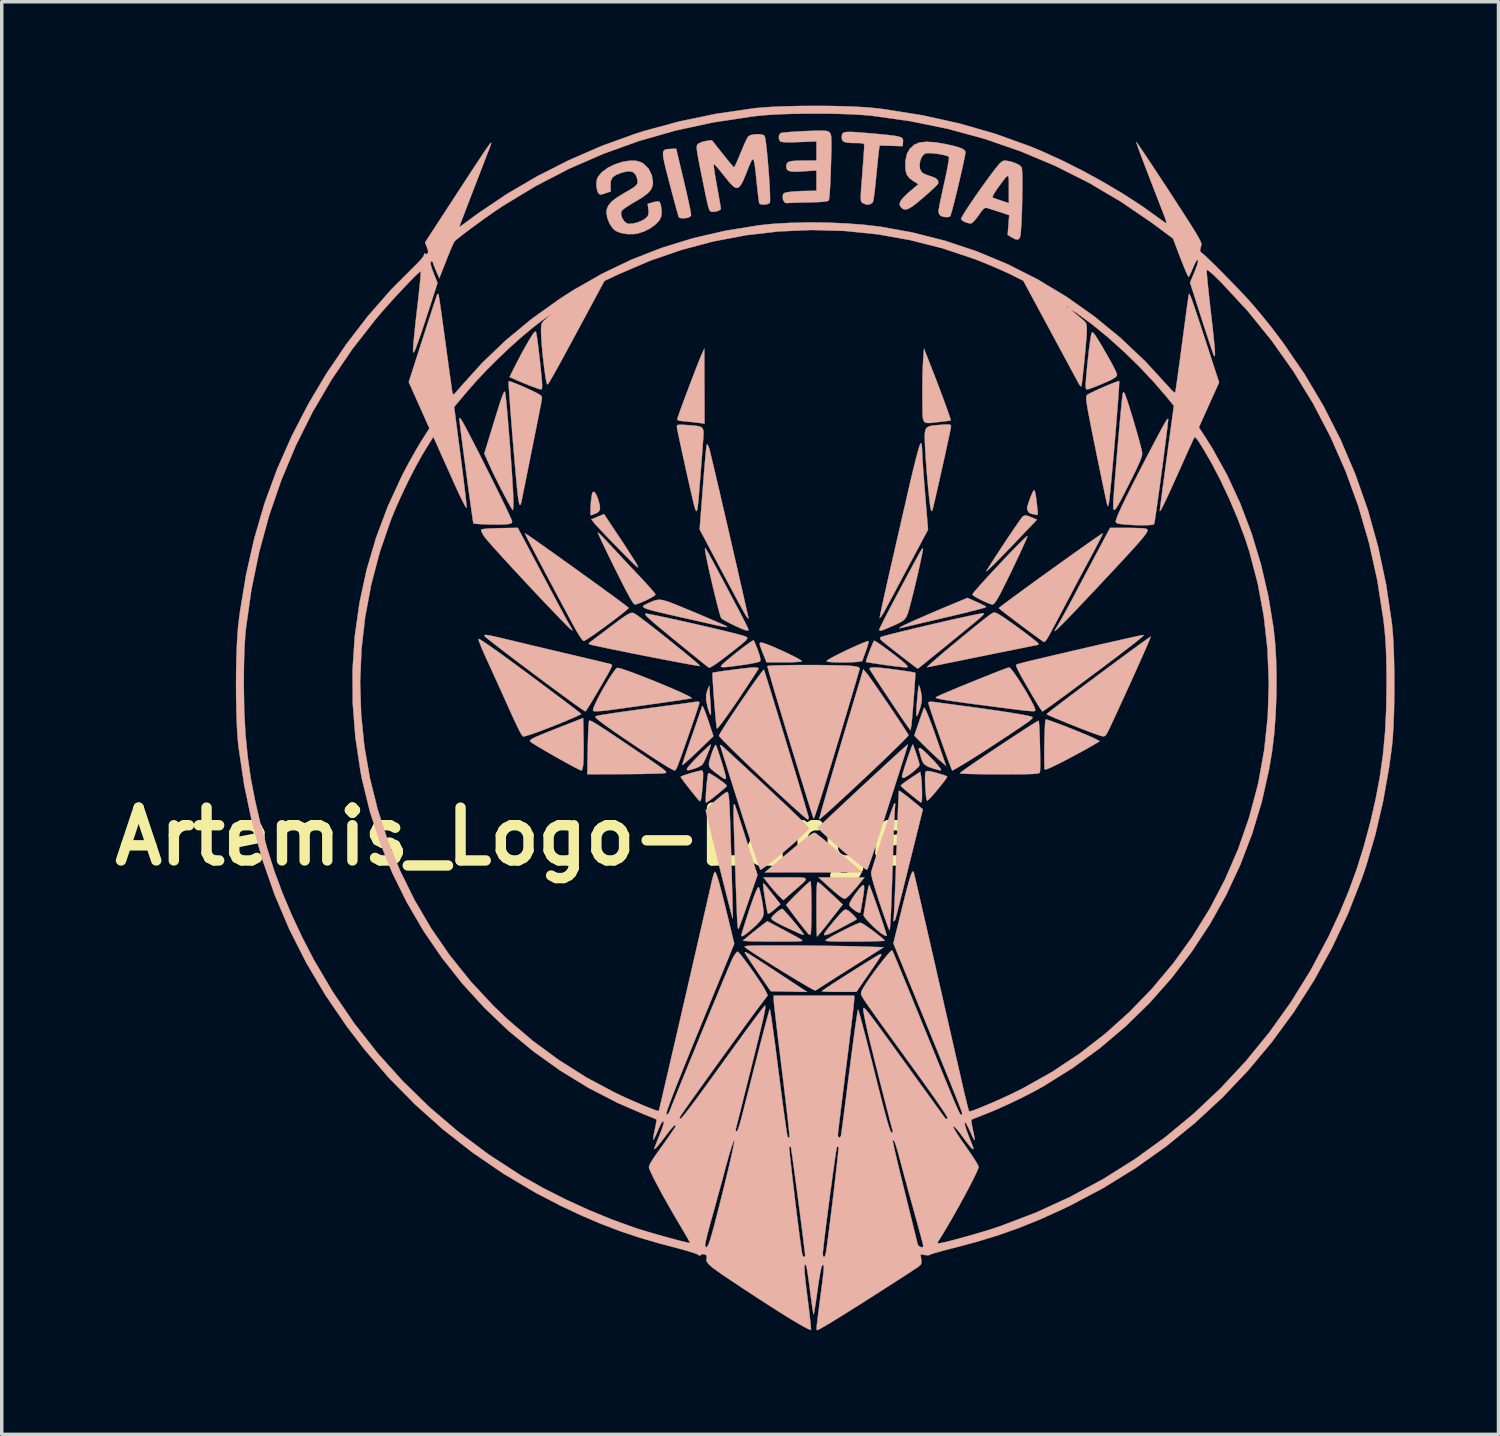
<source format=kicad_pcb>
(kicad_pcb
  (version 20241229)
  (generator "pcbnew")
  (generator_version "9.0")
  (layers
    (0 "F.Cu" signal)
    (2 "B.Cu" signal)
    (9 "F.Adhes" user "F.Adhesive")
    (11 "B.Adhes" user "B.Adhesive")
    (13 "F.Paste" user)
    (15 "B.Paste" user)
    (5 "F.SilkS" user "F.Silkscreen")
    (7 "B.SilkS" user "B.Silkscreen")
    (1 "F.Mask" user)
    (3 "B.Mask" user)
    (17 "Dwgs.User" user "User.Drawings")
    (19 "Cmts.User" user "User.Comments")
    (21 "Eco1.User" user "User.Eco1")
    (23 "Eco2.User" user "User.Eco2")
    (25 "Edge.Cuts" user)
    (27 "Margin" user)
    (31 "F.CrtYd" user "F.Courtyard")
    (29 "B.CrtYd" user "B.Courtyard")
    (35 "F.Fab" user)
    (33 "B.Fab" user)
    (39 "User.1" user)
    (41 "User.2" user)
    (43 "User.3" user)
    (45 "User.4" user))
  (footprint "Artemis_Logo-Large"
    (layer "F.Cu")
    (at 20.472 17.659)
    (property "Reference" "Artemis_Logo-Large" (at -8.636 3.429 0) (layer "F.SilkS") (effects (font (size 1.524 1.524) (thickness 0.3))))
    (attr through_hole)
    (fp_poly (pts (xy 0.345 4.835) (xy 0.54 5.009) (xy 0.689 5.132) (xy 0.793 5.203) (xy 0.853 5.225) (xy 0.9 5.2) (xy 0.972 5.138) (xy 1.002 5.107) (xy 1.085 5.014) (xy 1.188 4.894) (xy 1.267 4.799) (xy 1.422 4.608) (xy 0.098 4.608) (xy 0.345 4.835)) (stroke (width 0.01) (type solid)) (fill yes) (layer "B.SilkS"))
    (fp_poly (pts (xy -0.851 4.608) (xy -1.493 4.608) (xy -1.328 4.818) (xy -1.225 4.943) (xy -1.12 5.063) (xy -1.041 5.146) (xy -0.919 5.264) (xy -0.614 4.997) (xy -0.454 4.858) (xy -0.341 4.756) (xy -0.279 4.687) (xy -0.272 4.643) (xy -0.324 4.619) (xy -0.437 4.609) (xy -0.616 4.608) (xy -0.851 4.608)) (stroke (width 0.01) (type solid)) (fill yes) (layer "B.SilkS"))
    (fp_poly (pts (xy -3.104 -0.816) (xy -3.147 -0.672) (xy -3.147 -0.508) (xy -3.104 -0.306) (xy -3.099 -0.288) (xy -3.056 -0.152) (xy -3.027 -0.086) (xy -3.011 -0.089) (xy -3.007 -0.162) (xy -3.014 -0.307) (xy -3.018 -0.356) (xy -3.029 -0.517) (xy -3.04 -0.667) (xy -3.047 -0.778) (xy -3.048 -0.798) (xy -3.054 -0.925) (xy -3.104 -0.816)) (stroke (width 0.01) (type solid)) (fill yes) (layer "B.SilkS"))
    (fp_poly (pts (xy -6.415 -6.513) (xy -6.435 -6.47) (xy -6.452 -6.385) (xy -6.467 -6.267) (xy -6.478 -6.135) (xy -6.484 -6.009) (xy -6.484 -5.907) (xy -6.478 -5.85) (xy -6.472 -5.843) (xy -6.42 -5.858) (xy -6.335 -5.891) (xy -6.323 -5.896) (xy -6.246 -5.945) (xy -6.211 -6.016) (xy -6.214 -6.122) (xy -6.255 -6.275) (xy -6.274 -6.33) (xy -6.327 -6.455) (xy -6.375 -6.517) (xy -6.415 -6.513)) (stroke (width 0.01) (type solid)) (fill yes) (layer "B.SilkS"))
    (fp_poly (pts (xy -2.031 6.774) (xy -2.031 6.775) (xy -2.011 6.813) (xy -1.956 6.9) (xy -1.873 7.027) (xy -1.768 7.184) (xy -1.656 7.348) (xy -1.283 7.892) (xy -0.76 7.902) (xy -0.236 7.912) (xy -1.065 7.366) (xy -1.333 7.19) (xy -1.547 7.05) (xy -1.712 6.943) (xy -1.835 6.864) (xy -1.922 6.811) (xy -1.979 6.779) (xy -2.012 6.765) (xy -2.027 6.764) (xy -2.031 6.774)) (stroke (width 0.01) (type solid)) (fill yes) (layer "B.SilkS"))
    (fp_poly (pts (xy -1.5 4.79) (xy -1.502 4.792) (xy -1.502 4.832) (xy -1.492 4.927) (xy -1.473 5.062) (xy -1.448 5.222) (xy -1.42 5.391) (xy -1.39 5.552) (xy -1.37 5.65) (xy -1.341 5.651) (xy -1.273 5.611) (xy -1.182 5.538) (xy -1.003 5.382) (xy -1.182 5.154) (xy -1.303 5) (xy -1.386 4.895) (xy -1.44 4.83) (xy -1.472 4.796) (xy -1.49 4.786) (xy -1.5 4.79)) (stroke (width 0.01) (type solid)) (fill yes) (layer "B.SilkS"))
    (fp_poly (pts (xy 2.981 -0.894) (xy 2.968 -0.798) (xy 2.955 -0.665) (xy 2.941 -0.512) (xy 2.929 -0.357) (xy 2.921 -0.216) (xy 2.916 -0.108) (xy 2.918 -0.049) (xy 2.919 -0.044) (xy 2.943 -0.061) (xy 2.975 -0.126) (xy 2.977 -0.131) (xy 3.042 -0.322) (xy 3.073 -0.476) (xy 3.073 -0.618) (xy 3.051 -0.743) (xy 3.025 -0.851) (xy 3.002 -0.92) (xy 2.991 -0.935) (xy 2.981 -0.894)) (stroke (width 0.01) (type solid)) (fill yes) (layer "B.SilkS"))
    (fp_poly (pts (xy 3.142 -0.287) (xy 3.126 -0.249) (xy 3.091 -0.156) (xy 3.044 -0.023) (xy 2.994 0.122) (xy 2.859 0.517) (xy 3.108 0.769) (xy 3.247 0.907) (xy 3.397 1.05) (xy 3.532 1.175) (xy 3.565 1.204) (xy 3.775 1.387) (xy 3.552 0.739) (xy 3.446 0.437) (xy 3.353 0.181) (xy 3.274 -0.024) (xy 3.212 -0.173) (xy 3.167 -0.263) (xy 3.143 -0.288) (xy 3.142 -0.287)) (stroke (width 0.01) (type solid)) (fill yes) (layer "B.SilkS"))
    (fp_poly (pts (xy -0.079 3.343) (xy -0.153 3.389) (xy -0.257 3.466) (xy -0.399 3.578) (xy -0.584 3.731) (xy -0.761 3.879) (xy -1.455 4.463) (xy -0.047 4.462) (xy 1.361 4.461) (xy 1.268 4.38) (xy 1.063 4.204) (xy 0.856 4.027) (xy 0.654 3.856) (xy 0.465 3.698) (xy 0.298 3.559) (xy 0.161 3.447) (xy 0.06 3.368) (xy 0.005 3.328) (xy 0.001 3.325) (xy -0.03 3.323) (xy -0.079 3.343)) (stroke (width 0.01) (type solid)) (fill yes) (layer "B.SilkS"))
    (fp_poly (pts (xy 2.749 1.747) (xy 2.626 1.831) (xy 2.53 1.901) (xy 2.476 1.948) (xy 2.467 1.96) (xy 2.494 1.993) (xy 2.568 2.06) (xy 2.678 2.154) (xy 2.814 2.265) (xy 2.964 2.384) (xy 3.039 2.442) (xy 3.061 2.443) (xy 3.075 2.402) (xy 3.081 2.306) (xy 3.082 2.154) (xy 3.078 1.99) (xy 3.07 1.836) (xy 3.059 1.72) (xy 3.055 1.697) (xy 3.03 1.561) (xy 2.749 1.747)) (stroke (width 0.01) (type solid)) (fill yes) (layer "B.SilkS"))
    (fp_poly (pts (xy 2.985 0.893) (xy 2.99 0.93) (xy 3.013 1.001) (xy 3.043 1.107) (xy 3.052 1.145) (xy 3.094 1.268) (xy 3.157 1.352) (xy 3.257 1.414) (xy 3.408 1.466) (xy 3.528 1.501) (xy 3.594 1.518) (xy 3.622 1.519) (xy 3.629 1.507) (xy 3.629 1.496) (xy 3.604 1.453) (xy 3.54 1.373) (xy 3.448 1.27) (xy 3.341 1.158) (xy 3.232 1.048) (xy 3.134 0.955) (xy 3.06 0.892) (xy 3.023 0.871) (xy 2.985 0.893)) (stroke (width 0.01) (type solid)) (fill yes) (layer "B.SilkS"))
    (fp_poly (pts (xy 6.289 -6.536) (xy 6.25 -6.454) (xy 6.204 -6.338) (xy 6.157 -6.208) (xy 6.118 -6.081) (xy 6.115 -6.073) (xy 6.123 -5.986) (xy 6.177 -5.911) (xy 6.256 -5.878) (xy 6.259 -5.878) (xy 6.335 -5.866) (xy 6.371 -5.854) (xy 6.404 -5.848) (xy 6.419 -5.871) (xy 6.42 -5.938) (xy 6.408 -6.062) (xy 6.408 -6.063) (xy 6.383 -6.278) (xy 6.361 -6.428) (xy 6.342 -6.52) (xy 6.323 -6.563) (xy 6.314 -6.568) (xy 6.289 -6.536)) (stroke (width 0.01) (type solid)) (fill yes) (layer "B.SilkS"))
    (fp_poly (pts (xy -3.286 -10.459) (xy -3.321 -10.377) (xy -3.375 -10.241) (xy -3.445 -10.063) (xy -3.525 -9.855) (xy -3.61 -9.631) (xy -3.696 -9.402) (xy -3.779 -9.182) (xy -3.853 -8.983) (xy -3.913 -8.817) (xy -3.955 -8.698) (xy -3.971 -8.649) (xy -3.978 -8.608) (xy -3.96 -8.583) (xy -3.903 -8.567) (xy -3.793 -8.553) (xy -3.73 -8.548) (xy -3.576 -8.533) (xy -3.43 -8.517) (xy -3.329 -8.504) (xy -3.193 -8.484) (xy -3.196 -9.567) (xy -3.199 -10.65) (xy -3.286 -10.459)) (stroke (width 0.01) (type solid)) (fill yes) (layer "B.SilkS"))
    (fp_poly (pts (xy -1.56 -2.17) (xy -1.591 -2.16) (xy -1.603 -2.134) (xy -1.591 -2.078) (xy -1.556 -1.978) (xy -1.516 -1.878) (xy -1.405 -1.597) (xy -0.904 -1.597) (xy -0.721 -1.599) (xy -0.565 -1.605) (xy -0.45 -1.614) (xy -0.389 -1.625) (xy -0.384 -1.628) (xy -0.407 -1.654) (xy -0.486 -1.701) (xy -0.605 -1.765) (xy -0.755 -1.838) (xy -0.92 -1.917) (xy -1.09 -1.993) (xy -1.251 -2.063) (xy -1.391 -2.12) (xy -1.497 -2.157) (xy -1.557 -2.171) (xy -1.56 -2.17)) (stroke (width 0.01) (type solid)) (fill yes) (layer "B.SilkS"))
    (fp_poly (pts (xy 1.346 4.854) (xy 1.281 4.925) (xy 1.202 5.025) (xy 1.122 5.135) (xy 1.053 5.239) (xy 1.008 5.319) (xy 0.985 5.384) (xy 0.998 5.433) (xy 1.055 5.492) (xy 1.088 5.52) (xy 1.176 5.584) (xy 1.253 5.622) (xy 1.3 5.627) (xy 1.306 5.615) (xy 1.312 5.578) (xy 1.328 5.486) (xy 1.35 5.357) (xy 1.361 5.298) (xy 1.394 5.095) (xy 1.411 4.954) (xy 1.411 4.868) (xy 1.396 4.83) (xy 1.383 4.826) (xy 1.346 4.854)) (stroke (width 0.01) (type solid)) (fill yes) (layer "B.SilkS"))
    (fp_poly (pts (xy -6.276 -5.799) (xy -6.457 -5.724) (xy -6.386 -5.629) (xy -6.342 -5.577) (xy -6.254 -5.482) (xy -6.131 -5.352) (xy -5.981 -5.194) (xy -5.811 -5.019) (xy -5.676 -4.88) (xy -5.482 -4.682) (xy -5.333 -4.533) (xy -5.225 -4.428) (xy -5.155 -4.365) (xy -5.118 -4.339) (xy -5.109 -4.346) (xy -5.124 -4.384) (xy -5.137 -4.409) (xy -5.188 -4.494) (xy -5.272 -4.628) (xy -5.38 -4.797) (xy -5.505 -4.989) (xy -5.639 -5.192) (xy -5.666 -5.232) (xy -6.095 -5.875) (xy -6.276 -5.799)) (stroke (width 0.01) (type solid)) (fill yes) (layer "B.SilkS"))
    (fp_poly (pts (xy -3.093 1.63) (xy -3.108 1.719) (xy -3.123 1.845) (xy -3.137 1.993) (xy -3.149 2.144) (xy -3.156 2.281) (xy -3.158 2.387) (xy -3.153 2.445) (xy -3.15 2.45) (xy -3.118 2.435) (xy -3.042 2.383) (xy -2.935 2.302) (xy -2.847 2.231) (xy -2.725 2.13) (xy -2.627 2.045) (xy -2.564 1.986) (xy -2.548 1.966) (xy -2.572 1.935) (xy -2.64 1.877) (xy -2.738 1.805) (xy -2.847 1.729) (xy -2.952 1.661) (xy -3.036 1.613) (xy -3.08 1.597) (xy -3.093 1.63)) (stroke (width 0.01) (type solid)) (fill yes) (layer "B.SilkS"))
    (fp_poly (pts (xy -3.036 0.785) (xy -3.101 0.843) (xy -3.199 0.935) (xy -3.321 1.053) (xy -3.356 1.089) (xy -3.484 1.219) (xy -3.59 1.333) (xy -3.665 1.422) (xy -3.7 1.473) (xy -3.701 1.478) (xy -3.697 1.508) (xy -3.674 1.518) (xy -3.616 1.508) (xy -3.508 1.476) (xy -3.481 1.468) (xy -3.368 1.423) (xy -3.278 1.371) (xy -3.255 1.351) (xy -3.219 1.292) (xy -3.168 1.189) (xy -3.113 1.063) (xy -3.062 0.936) (xy -3.026 0.831) (xy -3.012 0.771) (xy -3.036 0.785)) (stroke (width 0.01) (type solid)) (fill yes) (layer "B.SilkS"))
    (fp_poly (pts (xy -2.891 0.803) (xy -2.928 0.877) (xy -2.973 0.993) (xy -2.997 1.064) (xy -3.046 1.22) (xy -3.068 1.328) (xy -3.058 1.408) (xy -3.007 1.479) (xy -2.91 1.56) (xy -2.805 1.638) (xy -2.691 1.721) (xy -2.622 1.764) (xy -2.588 1.771) (xy -2.577 1.748) (xy -2.576 1.727) (xy -2.587 1.671) (xy -2.615 1.564) (xy -2.655 1.424) (xy -2.703 1.266) (xy -2.753 1.107) (xy -2.8 0.964) (xy -2.839 0.853) (xy -2.864 0.792) (xy -2.868 0.785) (xy -2.891 0.803)) (stroke (width 0.01) (type solid)) (fill yes) (layer "B.SilkS"))
    (fp_poly (pts (xy 2.8 0.798) (xy 2.768 0.879) (xy 2.724 0.999) (xy 2.674 1.143) (xy 2.622 1.296) (xy 2.575 1.443) (xy 2.536 1.57) (xy 2.51 1.66) (xy 2.504 1.696) (xy 2.522 1.737) (xy 2.58 1.728) (xy 2.68 1.669) (xy 2.803 1.578) (xy 2.905 1.492) (xy 2.979 1.417) (xy 3.011 1.369) (xy 3.012 1.367) (xy 3.001 1.314) (xy 2.973 1.216) (xy 2.934 1.094) (xy 2.892 0.968) (xy 2.853 0.859) (xy 2.825 0.787) (xy 2.816 0.772) (xy 2.8 0.798)) (stroke (width 0.01) (type solid)) (fill yes) (layer "B.SilkS"))
    (fp_poly (pts (xy -1.656 4.905) (xy -1.698 4.988) (xy -1.756 5.129) (xy -1.827 5.324) (xy -1.91 5.567) (xy -2.003 5.852) (xy -2.103 6.174) (xy -2.121 6.232) (xy -2.131 6.292) (xy -2.109 6.307) (xy -2.048 6.276) (xy -1.944 6.198) (xy -1.885 6.149) (xy -1.71 5.995) (xy -1.59 5.869) (xy -1.519 5.764) (xy -1.49 5.67) (xy -1.488 5.639) (xy -1.494 5.544) (xy -1.512 5.412) (xy -1.537 5.264) (xy -1.566 5.118) (xy -1.595 4.993) (xy -1.619 4.909) (xy -1.631 4.887) (xy -1.656 4.905)) (stroke (width 0.01) (type solid)) (fill yes) (layer "B.SilkS"))
    (fp_poly (pts (xy -1.008 5.539) (xy -1.09 5.597) (xy -1.175 5.67) (xy -1.242 5.742) (xy -1.27 5.793) (xy -1.27 5.793) (xy -1.237 5.832) (xy -1.144 5.893) (xy -0.998 5.972) (xy -0.862 6.038) (xy -0.659 6.133) (xy -0.513 6.199) (xy -0.415 6.241) (xy -0.357 6.262) (xy -0.331 6.265) (xy -0.327 6.259) (xy -0.349 6.221) (xy -0.408 6.141) (xy -0.493 6.034) (xy -0.593 5.911) (xy -0.699 5.786) (xy -0.798 5.672) (xy -0.88 5.581) (xy -0.935 5.526) (xy -0.95 5.515) (xy -1.008 5.539)) (stroke (width 0.01) (type solid)) (fill yes) (layer "B.SilkS"))
    (fp_poly (pts (xy 0.069 4.744) (xy 0.057 4.774) (xy 0.048 4.84) (xy 0.042 4.952) (xy 0.038 5.115) (xy 0.037 5.338) (xy 0.036 5.514) (xy 0.037 5.746) (xy 0.039 5.952) (xy 0.042 6.12) (xy 0.046 6.242) (xy 0.05 6.306) (xy 0.053 6.314) (xy 0.079 6.287) (xy 0.143 6.212) (xy 0.235 6.099) (xy 0.348 5.957) (xy 0.431 5.851) (xy 0.794 5.388) (xy 0.464 5.08) (xy 0.334 4.959) (xy 0.219 4.856) (xy 0.133 4.78) (xy 0.086 4.743) (xy 0.085 4.743) (xy 0.069 4.744)) (stroke (width 0.01) (type solid)) (fill yes) (layer "B.SilkS"))
    (fp_poly (pts (xy 5.992 -5.809) (xy 5.965 -5.779) (xy 5.901 -5.69) (xy 5.812 -5.563) (xy 5.704 -5.405) (xy 5.584 -5.227) (xy 5.459 -5.039) (xy 5.334 -4.85) (xy 5.216 -4.669) (xy 5.112 -4.508) (xy 5.027 -4.374) (xy 4.968 -4.278) (xy 4.942 -4.23) (xy 4.942 -4.226) (xy 4.971 -4.247) (xy 5.043 -4.314) (xy 5.152 -4.42) (xy 5.292 -4.56) (xy 5.455 -4.728) (xy 5.637 -4.916) (xy 5.679 -4.96) (xy 6.398 -5.713) (xy 6.256 -5.776) (xy 6.131 -5.826) (xy 6.05 -5.836) (xy 5.992 -5.809)) (stroke (width 0.01) (type solid)) (fill yes) (layer "B.SilkS"))
    (fp_poly (pts (xy -3.266 -0.325) (xy -3.277 -0.287) (xy -3.309 -0.191) (xy -3.359 -0.045) (xy -3.423 0.14) (xy -3.498 0.356) (xy -3.556 0.523) (xy -3.636 0.754) (xy -3.707 0.962) (xy -3.765 1.135) (xy -3.808 1.266) (xy -3.833 1.345) (xy -3.837 1.364) (xy -3.807 1.347) (xy -3.741 1.294) (xy -3.683 1.243) (xy -3.596 1.163) (xy -3.475 1.05) (xy -3.338 0.92) (xy -3.237 0.823) (xy -2.937 0.533) (xy -3.069 0.131) (xy -3.133 -0.055) (xy -3.188 -0.2) (xy -3.23 -0.298) (xy -3.257 -0.34) (xy -3.266 -0.325)) (stroke (width 0.01) (type solid)) (fill yes) (layer "B.SilkS"))
    (fp_poly (pts (xy 0.857 5.542) (xy 0.833 5.552) (xy 0.786 5.593) (xy 0.709 5.674) (xy 0.613 5.783) (xy 0.51 5.905) (xy 0.411 6.027) (xy 0.328 6.135) (xy 0.272 6.215) (xy 0.255 6.25) (xy 0.267 6.272) (xy 0.31 6.27) (xy 0.391 6.241) (xy 0.518 6.181) (xy 0.699 6.089) (xy 0.762 6.056) (xy 0.919 5.972) (xy 1.052 5.9) (xy 1.149 5.847) (xy 1.195 5.819) (xy 1.197 5.818) (xy 1.183 5.786) (xy 1.127 5.721) (xy 1.061 5.656) (xy 0.969 5.576) (xy 0.907 5.54) (xy 0.857 5.542)) (stroke (width 0.01) (type solid)) (fill yes) (layer "B.SilkS"))
    (fp_poly (pts (xy 3.189 1.55) (xy 3.188 1.551) (xy 3.176 1.598) (xy 3.17 1.697) (xy 3.17 1.83) (xy 3.175 1.979) (xy 3.185 2.127) (xy 3.197 2.258) (xy 3.212 2.352) (xy 3.228 2.394) (xy 3.231 2.395) (xy 3.266 2.369) (xy 3.334 2.301) (xy 3.421 2.205) (xy 3.437 2.186) (xy 3.561 2.037) (xy 3.669 1.903) (xy 3.752 1.794) (xy 3.8 1.721) (xy 3.81 1.698) (xy 3.778 1.68) (xy 3.692 1.649) (xy 3.568 1.611) (xy 3.518 1.596) (xy 3.35 1.553) (xy 3.242 1.538) (xy 3.189 1.55)) (stroke (width 0.01) (type solid)) (fill yes) (layer "B.SilkS"))
    (fp_poly (pts (xy -3.337 1.534) (xy -3.444 1.558) (xy -3.571 1.593) (xy -3.696 1.631) (xy -3.802 1.667) (xy -3.869 1.695) (xy -3.883 1.707) (xy -3.861 1.742) (xy -3.805 1.821) (xy -3.723 1.929) (xy -3.627 2.052) (xy -3.527 2.179) (xy -3.433 2.294) (xy -3.356 2.386) (xy -3.337 2.408) (xy -3.312 2.4) (xy -3.29 2.338) (xy -3.289 2.335) (xy -3.278 2.254) (xy -3.264 2.122) (xy -3.251 1.963) (xy -3.245 1.878) (xy -3.235 1.709) (xy -3.235 1.601) (xy -3.245 1.543) (xy -3.265 1.524) (xy -3.268 1.524) (xy -3.337 1.534)) (stroke (width 0.01) (type solid)) (fill yes) (layer "B.SilkS"))
    (fp_poly (pts (xy -1.516 5.973) (xy -1.617 6.05) (xy -1.752 6.158) (xy -1.901 6.278) (xy -2.043 6.395) (xy -2.085 6.43) (xy -2.06 6.438) (xy -1.971 6.445) (xy -1.829 6.451) (xy -1.642 6.455) (xy -1.419 6.458) (xy -1.214 6.459) (xy -0.935 6.459) (xy -0.722 6.458) (xy -0.566 6.455) (xy -0.461 6.451) (xy -0.399 6.445) (xy -0.373 6.435) (xy -0.376 6.422) (xy -0.399 6.404) (xy -0.417 6.393) (xy -0.49 6.351) (xy -0.611 6.284) (xy -0.764 6.201) (xy -0.933 6.11) (xy -0.954 6.099) (xy -1.382 5.872) (xy -1.516 5.973)) (stroke (width 0.01) (type solid)) (fill yes) (layer "B.SilkS"))
    (fp_poly (pts (xy -8.1 -11.128) (xy -8.145 -11.071) (xy -8.215 -10.961) (xy -8.269 -10.871) (xy -8.372 -10.692) (xy -8.487 -10.482) (xy -8.596 -10.275) (xy -8.639 -10.191) (xy -8.82 -9.83) (xy -8.61 -9.737) (xy -8.449 -9.668) (xy -8.284 -9.601) (xy -8.13 -9.542) (xy -8.005 -9.497) (xy -7.923 -9.473) (xy -7.905 -9.471) (xy -7.884 -9.5) (xy -7.879 -9.59) (xy -7.888 -9.734) (xy -7.911 -9.975) (xy -7.936 -10.221) (xy -7.963 -10.46) (xy -7.988 -10.679) (xy -8.012 -10.866) (xy -8.033 -11.01) (xy -8.049 -11.099) (xy -8.054 -11.118) (xy -8.071 -11.141) (xy -8.1 -11.128)) (stroke (width 0.01) (type solid)) (fill yes) (layer "B.SilkS"))
    (fp_poly (pts (xy 1.84 6.84) (xy 1.75 6.892) (xy 1.62 6.972) (xy 1.457 7.072) (xy 1.273 7.187) (xy 1.077 7.31) (xy 0.879 7.436) (xy 0.688 7.558) (xy 0.515 7.67) (xy 0.368 7.766) (xy 0.259 7.84) (xy 0.196 7.884) (xy 0.188 7.892) (xy 0.215 7.899) (xy 0.302 7.904) (xy 0.438 7.908) (xy 0.609 7.91) (xy 0.679 7.91) (xy 1.189 7.91) (xy 1.532 7.411) (xy 1.671 7.21) (xy 1.773 7.06) (xy 1.843 6.955) (xy 1.886 6.887) (xy 1.906 6.847) (xy 1.908 6.828) (xy 1.896 6.822) (xy 1.878 6.822) (xy 1.84 6.84)) (stroke (width 0.01) (type solid)) (fill yes) (layer "B.SilkS"))
    (fp_poly (pts (xy -1.816 -2.217) (xy -1.896 -2.164) (xy -2.009 -2.083) (xy -2.142 -1.982) (xy -2.283 -1.871) (xy -2.423 -1.759) (xy -2.547 -1.655) (xy -2.646 -1.569) (xy -2.707 -1.509) (xy -2.721 -1.488) (xy -2.711 -1.469) (xy -2.675 -1.459) (xy -2.604 -1.459) (xy -2.489 -1.469) (xy -2.321 -1.49) (xy -2.091 -1.522) (xy -2.074 -1.524) (xy -1.9 -1.552) (xy -1.751 -1.58) (xy -1.642 -1.606) (xy -1.59 -1.625) (xy -1.589 -1.626) (xy -1.578 -1.678) (xy -1.6 -1.784) (xy -1.652 -1.94) (xy -1.702 -2.07) (xy -1.745 -2.172) (xy -1.775 -2.228) (xy -1.78 -2.233) (xy -1.816 -2.217)) (stroke (width 0.01) (type solid)) (fill yes) (layer "B.SilkS"))
    (fp_poly (pts (xy 1.246 5.931) (xy 1.142 5.975) (xy 1.004 6.039) (xy 0.846 6.117) (xy 0.682 6.2) (xy 0.528 6.282) (xy 0.397 6.356) (xy 0.309 6.41) (xy 0.296 6.425) (xy 0.311 6.437) (xy 0.362 6.446) (xy 0.455 6.452) (xy 0.597 6.456) (xy 0.796 6.458) (xy 1.059 6.459) (xy 1.142 6.459) (xy 1.387 6.458) (xy 1.605 6.454) (xy 1.785 6.449) (xy 1.918 6.443) (xy 1.996 6.435) (xy 2.012 6.428) (xy 1.877 6.313) (xy 1.731 6.197) (xy 1.588 6.09) (xy 1.46 6.001) (xy 1.361 5.939) (xy 1.303 5.915) (xy 1.301 5.915) (xy 1.246 5.931)) (stroke (width 0.01) (type solid)) (fill yes) (layer "B.SilkS"))
    (fp_poly (pts (xy 1.5 -2.203) (xy 1.408 -2.171) (xy 1.276 -2.117) (xy 1.118 -2.047) (xy 0.947 -1.968) (xy 0.775 -1.885) (xy 0.614 -1.805) (xy 0.478 -1.733) (xy 0.379 -1.676) (xy 0.33 -1.639) (xy 0.327 -1.632) (xy 0.36 -1.616) (xy 0.451 -1.605) (xy 0.582 -1.597) (xy 0.739 -1.594) (xy 0.906 -1.596) (xy 1.067 -1.601) (xy 1.206 -1.61) (xy 1.309 -1.623) (xy 1.359 -1.639) (xy 1.361 -1.642) (xy 1.38 -1.697) (xy 1.416 -1.799) (xy 1.462 -1.927) (xy 1.467 -1.94) (xy 1.508 -2.064) (xy 1.535 -2.159) (xy 1.542 -2.206) (xy 1.541 -2.208) (xy 1.5 -2.203)) (stroke (width 0.01) (type solid)) (fill yes) (layer "B.SilkS"))
    (fp_poly (pts (xy 3.111 -10.251) (xy 3.103 -10.077) (xy 3.096 -9.852) (xy 3.093 -9.6) (xy 3.092 -9.342) (xy 3.093 -9.18) (xy 3.095 -8.938) (xy 3.098 -8.759) (xy 3.109 -8.635) (xy 3.133 -8.556) (xy 3.178 -8.515) (xy 3.251 -8.502) (xy 3.356 -8.508) (xy 3.502 -8.526) (xy 3.573 -8.533) (xy 3.718 -8.55) (xy 3.833 -8.564) (xy 3.9 -8.576) (xy 3.91 -8.579) (xy 3.903 -8.617) (xy 3.872 -8.713) (xy 3.821 -8.86) (xy 3.753 -9.049) (xy 3.671 -9.271) (xy 3.579 -9.517) (xy 3.479 -9.78) (xy 3.374 -10.049) (xy 3.349 -10.113) (xy 3.139 -10.65) (xy 3.111 -10.251)) (stroke (width 0.01) (type solid)) (fill yes) (layer "B.SilkS"))
    (fp_poly (pts (xy -4.171 -16.412) (xy -4.254 -16.407) (xy -4.317 -16.397) (xy -4.361 -16.373) (xy -4.386 -16.328) (xy -4.392 -16.254) (xy -4.379 -16.144) (xy -4.347 -15.99) (xy -4.297 -15.784) (xy -4.228 -15.519) (xy -4.193 -15.385) (xy -4.128 -15.137) (xy -4.068 -14.913) (xy -4.016 -14.721) (xy -3.974 -14.571) (xy -3.946 -14.473) (xy -3.934 -14.437) (xy -3.885 -14.415) (xy -3.794 -14.411) (xy -3.687 -14.423) (xy -3.659 -14.43) (xy -3.597 -14.468) (xy -3.581 -14.491) (xy -3.585 -14.537) (xy -3.603 -14.644) (xy -3.635 -14.802) (xy -3.678 -15.001) (xy -3.73 -15.232) (xy -3.788 -15.478) (xy -4.012 -16.419) (xy -4.171 -16.412)) (stroke (width 0.01) (type solid)) (fill yes) (layer "B.SilkS"))
    (fp_poly (pts (xy 1.543 4.86) (xy 1.522 4.951) (xy 1.496 5.085) (xy 1.471 5.234) (xy 1.445 5.402) (xy 1.421 5.546) (xy 1.403 5.649) (xy 1.393 5.692) (xy 1.412 5.737) (xy 1.473 5.816) (xy 1.564 5.915) (xy 1.672 6.023) (xy 1.785 6.125) (xy 1.889 6.21) (xy 1.971 6.265) (xy 1.972 6.265) (xy 2.042 6.299) (xy 2.063 6.292) (xy 2.051 6.238) (xy 2.05 6.235) (xy 2.008 6.099) (xy 1.953 5.93) (xy 1.89 5.74) (xy 1.822 5.542) (xy 1.754 5.347) (xy 1.69 5.166) (xy 1.635 5.013) (xy 1.591 4.899) (xy 1.564 4.835) (xy 1.558 4.826) (xy 1.543 4.86)) (stroke (width 0.01) (type solid)) (fill yes) (layer "B.SilkS"))
    (fp_poly (pts (xy -7.239 0.222) (xy -7.528 0.336) (xy -7.755 0.426) (xy -7.929 0.497) (xy -8.056 0.552) (xy -8.142 0.594) (xy -8.196 0.625) (xy -8.223 0.65) (xy -8.23 0.671) (xy -8.23 0.679) (xy -8.197 0.707) (xy -8.111 0.764) (xy -7.984 0.842) (xy -7.825 0.936) (xy -7.646 1.04) (xy -7.458 1.147) (xy -7.271 1.252) (xy -7.097 1.348) (xy -6.945 1.429) (xy -6.829 1.488) (xy -6.757 1.52) (xy -6.742 1.524) (xy -6.722 1.492) (xy -6.702 1.411) (xy -6.695 1.37) (xy -6.688 1.281) (xy -6.684 1.136) (xy -6.681 0.951) (xy -6.682 0.742) (xy -6.684 0.612) (xy -6.695 0.009) (xy -7.239 0.222)) (stroke (width 0.01) (type solid)) (fill yes) (layer "B.SilkS"))
    (fp_poly (pts (xy 1.7 -2.222) (xy 1.676 -2.178) (xy 1.637 -2.089) (xy 1.589 -1.973) (xy 1.541 -1.848) (xy 1.499 -1.733) (xy 1.471 -1.648) (xy 1.463 -1.609) (xy 1.463 -1.609) (xy 1.502 -1.6) (xy 1.597 -1.584) (xy 1.735 -1.563) (xy 1.899 -1.539) (xy 2.076 -1.514) (xy 2.249 -1.491) (xy 2.404 -1.472) (xy 2.526 -1.458) (xy 2.6 -1.452) (xy 2.607 -1.451) (xy 2.666 -1.458) (xy 2.664 -1.487) (xy 2.644 -1.511) (xy 2.589 -1.566) (xy 2.493 -1.648) (xy 2.37 -1.747) (xy 2.231 -1.855) (xy 2.087 -1.963) (xy 1.951 -2.063) (xy 1.833 -2.145) (xy 1.747 -2.201) (xy 1.702 -2.222) (xy 1.7 -2.222)) (stroke (width 0.01) (type solid)) (fill yes) (layer "B.SilkS"))
    (fp_poly (pts (xy -0.172 4.741) (xy -0.246 4.806) (xy -0.346 4.899) (xy -0.461 5.01) (xy -0.578 5.125) (xy -0.686 5.234) (xy -0.772 5.325) (xy -0.824 5.385) (xy -0.835 5.403) (xy -0.814 5.438) (xy -0.757 5.516) (xy -0.675 5.627) (xy -0.577 5.757) (xy -0.472 5.894) (xy -0.37 6.025) (xy -0.281 6.137) (xy -0.214 6.219) (xy -0.185 6.251) (xy -0.142 6.26) (xy -0.134 6.254) (xy -0.125 6.211) (xy -0.119 6.111) (xy -0.114 5.965) (xy -0.111 5.787) (xy -0.109 5.59) (xy -0.11 5.386) (xy -0.111 5.188) (xy -0.115 5.01) (xy -0.12 4.863) (xy -0.127 4.762) (xy -0.135 4.718) (xy -0.136 4.717) (xy -0.172 4.741)) (stroke (width 0.01) (type solid)) (fill yes) (layer "B.SilkS"))
    (fp_poly (pts (xy 4.019 -3.302) (xy 3.761 -3.194) (xy 3.503 -3.085) (xy 3.254 -2.978) (xy 3.023 -2.877) (xy 2.819 -2.787) (xy 2.652 -2.71) (xy 2.529 -2.653) (xy 2.461 -2.617) (xy 2.451 -2.61) (xy 2.429 -2.582) (xy 2.433 -2.58) (xy 2.473 -2.59) (xy 2.567 -2.612) (xy 2.695 -2.642) (xy 2.74 -2.653) (xy 2.855 -2.68) (xy 3.028 -2.721) (xy 3.245 -2.772) (xy 3.493 -2.83) (xy 3.759 -2.893) (xy 3.982 -2.945) (xy 4.234 -3.005) (xy 4.46 -3.061) (xy 4.653 -3.11) (xy 4.802 -3.15) (xy 4.899 -3.179) (xy 4.935 -3.194) (xy 4.935 -3.194) (xy 4.904 -3.22) (xy 4.822 -3.264) (xy 4.704 -3.32) (xy 4.663 -3.338) (xy 4.392 -3.457) (xy 4.019 -3.302)) (stroke (width 0.01) (type solid)) (fill yes) (layer "B.SilkS"))
    (fp_poly (pts (xy 6.651 0.049) (xy 6.641 0.094) (xy 6.632 0.196) (xy 6.624 0.343) (xy 6.618 0.521) (xy 6.613 0.716) (xy 6.61 0.916) (xy 6.609 1.105) (xy 6.611 1.272) (xy 6.615 1.401) (xy 6.622 1.48) (xy 6.628 1.498) (xy 6.67 1.489) (xy 6.765 1.451) (xy 6.9 1.389) (xy 7.065 1.308) (xy 7.185 1.246) (xy 7.387 1.14) (xy 7.588 1.032) (xy 7.771 0.933) (xy 7.915 0.852) (xy 7.961 0.826) (xy 8.212 0.679) (xy 8.089 0.614) (xy 7.997 0.569) (xy 7.862 0.51) (xy 7.695 0.44) (xy 7.509 0.364) (xy 7.316 0.287) (xy 7.127 0.213) (xy 6.954 0.148) (xy 6.81 0.096) (xy 6.706 0.061) (xy 6.655 0.049) (xy 6.651 0.049)) (stroke (width 0.01) (type solid)) (fill yes) (layer "B.SilkS"))
    (fp_poly (pts (xy -6.523 0.089) (xy -6.531 0.131) (xy -6.54 0.235) (xy -6.548 0.389) (xy -6.555 0.582) (xy -6.561 0.804) (xy -6.562 0.873) (xy -6.576 1.633) (xy -5.529 1.628) (xy -5.253 1.626) (xy -4.996 1.623) (xy -4.768 1.618) (xy -4.579 1.613) (xy -4.44 1.608) (xy -4.361 1.602) (xy -4.354 1.601) (xy -4.321 1.594) (xy -4.301 1.583) (xy -4.302 1.564) (xy -4.327 1.533) (xy -4.383 1.485) (xy -4.475 1.417) (xy -4.609 1.323) (xy -4.788 1.2) (xy -5.02 1.043) (xy -5.171 0.941) (xy -5.49 0.726) (xy -5.754 0.548) (xy -5.968 0.405) (xy -6.139 0.293) (xy -6.27 0.209) (xy -6.368 0.149) (xy -6.436 0.11) (xy -6.482 0.09) (xy -6.509 0.083) (xy -6.523 0.089)) (stroke (width 0.01) (type solid)) (fill yes) (layer "B.SilkS"))
    (fp_poly (pts (xy 6.095 -5.226) (xy 6.023 -5.161) (xy 5.917 -5.057) (xy 5.785 -4.923) (xy 5.632 -4.765) (xy 5.466 -4.591) (xy 5.295 -4.409) (xy 5.125 -4.227) (xy 4.963 -4.052) (xy 4.818 -3.892) (xy 4.696 -3.754) (xy 4.603 -3.647) (xy 4.548 -3.577) (xy 4.536 -3.554) (xy 4.566 -3.522) (xy 4.646 -3.472) (xy 4.756 -3.413) (xy 4.878 -3.354) (xy 4.993 -3.304) (xy 5.084 -3.272) (xy 5.121 -3.266) (xy 5.168 -3.297) (xy 5.236 -3.392) (xy 5.328 -3.553) (xy 5.381 -3.656) (xy 5.481 -3.855) (xy 5.587 -4.07) (xy 5.695 -4.293) (xy 5.8 -4.514) (xy 5.898 -4.722) (xy 5.983 -4.908) (xy 6.053 -5.062) (xy 6.101 -5.175) (xy 6.124 -5.237) (xy 6.124 -5.245) (xy 6.095 -5.226)) (stroke (width 0.01) (type solid)) (fill yes) (layer "B.SilkS"))
    (fp_poly (pts (xy 7.983 -11.117) (xy 7.967 -11.07) (xy 7.947 -10.962) (xy 7.924 -10.805) (xy 7.899 -10.611) (xy 7.874 -10.39) (xy 7.849 -10.155) (xy 7.827 -9.917) (xy 7.816 -9.788) (xy 7.806 -9.632) (xy 7.806 -9.535) (xy 7.817 -9.486) (xy 7.839 -9.471) (xy 7.842 -9.471) (xy 7.897 -9.485) (xy 7.999 -9.52) (xy 8.131 -9.571) (xy 8.182 -9.592) (xy 8.389 -9.68) (xy 8.536 -9.748) (xy 8.632 -9.802) (xy 8.686 -9.846) (xy 8.707 -9.887) (xy 8.709 -9.9) (xy 8.691 -9.955) (xy 8.644 -10.058) (xy 8.572 -10.196) (xy 8.484 -10.356) (xy 8.459 -10.401) (xy 8.319 -10.644) (xy 8.21 -10.829) (xy 8.127 -10.963) (xy 8.067 -11.053) (xy 8.026 -11.103) (xy 7.998 -11.122) (xy 7.983 -11.117)) (stroke (width 0.01) (type solid)) (fill yes) (layer "B.SilkS"))
    (fp_poly (pts (xy -4.648 -3.378) (xy -4.776 -3.324) (xy -4.851 -3.289) (xy -4.911 -3.26) (xy -4.952 -3.235) (xy -4.968 -3.21) (xy -4.956 -3.186) (xy -4.909 -3.159) (xy -4.824 -3.128) (xy -4.695 -3.091) (xy -4.517 -3.047) (xy -4.287 -2.992) (xy -3.998 -2.926) (xy -3.646 -2.847) (xy -3.399 -2.791) (xy -3.13 -2.731) (xy -2.924 -2.685) (xy -2.772 -2.652) (xy -2.666 -2.631) (xy -2.598 -2.619) (xy -2.56 -2.616) (xy -2.543 -2.62) (xy -2.54 -2.627) (xy -2.572 -2.645) (xy -2.66 -2.687) (xy -2.794 -2.746) (xy -2.962 -2.819) (xy -3.155 -2.902) (xy -3.361 -2.989) (xy -3.57 -3.077) (xy -3.771 -3.16) (xy -3.952 -3.234) (xy -4.104 -3.295) (xy -4.216 -3.338) (xy -4.256 -3.353) (xy -4.408 -3.396) (xy -4.528 -3.405) (xy -4.648 -3.378)) (stroke (width 0.01) (type solid)) (fill yes) (layer "B.SilkS"))
    (fp_poly (pts (xy -3.967 -8.446) (xy -3.988 -8.425) (xy -3.991 -8.396) (xy -3.984 -8.347) (xy -3.962 -8.236) (xy -3.929 -8.077) (xy -3.887 -7.878) (xy -3.838 -7.651) (xy -3.784 -7.406) (xy -3.729 -7.154) (xy -3.673 -6.905) (xy -3.62 -6.67) (xy -3.571 -6.459) (xy -3.53 -6.283) (xy -3.499 -6.153) (xy -3.486 -6.105) (xy -3.455 -5.999) (xy -3.433 -5.959) (xy -3.414 -5.979) (xy -3.398 -6.032) (xy -3.39 -6.085) (xy -3.378 -6.192) (xy -3.363 -6.353) (xy -3.344 -6.574) (xy -3.322 -6.856) (xy -3.295 -7.203) (xy -3.263 -7.617) (xy -3.235 -7.995) (xy -3.223 -8.166) (xy -3.225 -8.283) (xy -3.252 -8.357) (xy -3.314 -8.399) (xy -3.423 -8.422) (xy -3.589 -8.437) (xy -3.663 -8.442) (xy -3.818 -8.452) (xy -3.915 -8.454) (xy -3.967 -8.446)) (stroke (width 0.01) (type solid)) (fill yes) (layer "B.SilkS"))
    (fp_poly (pts (xy 1.622 -1.447) (xy 1.575 -1.43) (xy 1.572 -1.399) (xy 1.597 -1.357) (xy 1.656 -1.264) (xy 1.742 -1.131) (xy 1.849 -0.967) (xy 1.971 -0.782) (xy 2.101 -0.587) (xy 2.231 -0.39) (xy 2.357 -0.203) (xy 2.471 -0.034) (xy 2.567 0.106) (xy 2.638 0.208) (xy 2.652 0.228) (xy 2.751 0.365) (xy 2.773 0.228) (xy 2.782 0.152) (xy 2.795 0.026) (xy 2.809 -0.139) (xy 2.825 -0.33) (xy 2.841 -0.533) (xy 2.856 -0.736) (xy 2.869 -0.926) (xy 2.88 -1.089) (xy 2.887 -1.213) (xy 2.889 -1.284) (xy 2.888 -1.297) (xy 2.847 -1.308) (xy 2.748 -1.326) (xy 2.608 -1.348) (xy 2.441 -1.371) (xy 2.261 -1.395) (xy 2.085 -1.417) (xy 1.927 -1.435) (xy 1.802 -1.447) (xy 1.729 -1.451) (xy 1.622 -1.447)) (stroke (width 0.01) (type solid)) (fill yes) (layer "B.SilkS"))
    (fp_poly (pts (xy 2.412 2.147) (xy 2.407 2.251) (xy 2.399 2.413) (xy 2.39 2.627) (xy 2.38 2.885) (xy 2.369 3.182) (xy 2.358 3.51) (xy 2.345 3.862) (xy 2.342 3.949) (xy 2.33 4.308) (xy 2.318 4.645) (xy 2.306 4.954) (xy 2.295 5.227) (xy 2.284 5.458) (xy 2.275 5.639) (xy 2.268 5.763) (xy 2.262 5.823) (xy 2.262 5.827) (xy 2.256 5.872) (xy 2.265 5.878) (xy 2.296 5.849) (xy 2.312 5.818) (xy 2.325 5.77) (xy 2.354 5.66) (xy 2.396 5.495) (xy 2.451 5.281) (xy 2.515 5.027) (xy 2.586 4.74) (xy 2.664 4.427) (xy 2.721 4.2) (xy 3.107 2.643) (xy 2.923 2.489) (xy 2.75 2.347) (xy 2.605 2.233) (xy 2.497 2.153) (xy 2.432 2.112) (xy 2.416 2.109) (xy 2.412 2.147)) (stroke (width 0.01) (type solid)) (fill yes) (layer "B.SilkS"))
    (fp_poly (pts (xy -9.105 -5.47) (xy -9.329 -5.464) (xy -9.497 -5.453) (xy -9.602 -5.439) (xy -9.641 -5.422) (xy -9.629 -5.372) (xy -9.586 -5.287) (xy -9.552 -5.232) (xy -9.502 -5.168) (xy -9.412 -5.062) (xy -9.288 -4.921) (xy -9.134 -4.75) (xy -8.956 -4.555) (xy -8.761 -4.343) (xy -8.553 -4.118) (xy -8.338 -3.887) (xy -8.122 -3.656) (xy -7.91 -3.431) (xy -7.707 -3.217) (xy -7.52 -3.022) (xy -7.353 -2.849) (xy -7.213 -2.706) (xy -7.105 -2.598) (xy -7.033 -2.532) (xy -7.005 -2.513) (xy -7.005 -2.514) (xy -7.021 -2.559) (xy -7.065 -2.64) (xy -7.087 -2.677) (xy -7.122 -2.738) (xy -7.187 -2.855) (xy -7.277 -3.022) (xy -7.389 -3.23) (xy -7.518 -3.472) (xy -7.661 -3.74) (xy -7.813 -4.027) (xy -7.876 -4.146) (xy -8.582 -5.479) (xy -9.105 -5.47)) (stroke (width 0.01) (type solid)) (fill yes) (layer "B.SilkS"))
    (fp_poly (pts (xy -6.262 -5.313) (xy -6.221 -5.222) (xy -6.156 -5.081) (xy -6.069 -4.899) (xy -5.965 -4.683) (xy -5.846 -4.441) (xy -5.777 -4.3) (xy -5.625 -3.996) (xy -5.501 -3.752) (xy -5.402 -3.564) (xy -5.325 -3.426) (xy -5.268 -3.335) (xy -5.227 -3.283) (xy -5.2 -3.267) (xy -5.2 -3.267) (xy -5.137 -3.282) (xy -5.03 -3.322) (xy -4.9 -3.378) (xy -4.871 -3.392) (xy -4.749 -3.454) (xy -4.656 -3.51) (xy -4.611 -3.549) (xy -4.608 -3.556) (xy -4.632 -3.594) (xy -4.699 -3.675) (xy -4.8 -3.79) (xy -4.929 -3.931) (xy -5.076 -4.089) (xy -5.08 -4.093) (xy -5.263 -4.286) (xy -5.459 -4.494) (xy -5.651 -4.7) (xy -5.821 -4.883) (xy -5.906 -4.975) (xy -6.032 -5.111) (xy -6.141 -5.224) (xy -6.222 -5.305) (xy -6.268 -5.345) (xy -6.274 -5.348) (xy -6.262 -5.313)) (stroke (width 0.01) (type solid)) (fill yes) (layer "B.SilkS"))
    (fp_poly (pts (xy -3.131 -7.874) (xy -3.139 -7.826) (xy -3.151 -7.714) (xy -3.166 -7.548) (xy -3.185 -7.336) (xy -3.206 -7.088) (xy -3.228 -6.813) (xy -3.242 -6.626) (xy -3.334 -5.433) (xy -2.84 -4.503) (xy -2.636 -4.12) (xy -2.464 -3.796) (xy -2.32 -3.529) (xy -2.204 -3.313) (xy -2.111 -3.144) (xy -2.04 -3.019) (xy -1.989 -2.933) (xy -1.955 -2.883) (xy -1.935 -2.863) (xy -1.928 -2.869) (xy -1.93 -2.899) (xy -1.939 -2.939) (xy -2.049 -3.425) (xy -2.159 -3.91) (xy -2.269 -4.391) (xy -2.377 -4.86) (xy -2.481 -5.314) (xy -2.581 -5.746) (xy -2.675 -6.151) (xy -2.761 -6.524) (xy -2.84 -6.859) (xy -2.908 -7.151) (xy -2.966 -7.395) (xy -3.012 -7.584) (xy -3.044 -7.715) (xy -3.061 -7.78) (xy -3.062 -7.783) (xy -3.098 -7.867) (xy -3.124 -7.885) (xy -3.131 -7.874)) (stroke (width 0.01) (type solid)) (fill yes) (layer "B.SilkS"))
    (fp_poly (pts (xy -2.344 2.5) (xy -2.35 2.535) (xy -2.354 2.6) (xy -2.355 2.701) (xy -2.354 2.843) (xy -2.35 3.031) (xy -2.343 3.27) (xy -2.334 3.565) (xy -2.322 3.921) (xy -2.307 4.344) (xy -2.303 4.455) (xy -2.289 4.847) (xy -2.277 5.173) (xy -2.267 5.438) (xy -2.259 5.648) (xy -2.252 5.809) (xy -2.245 5.928) (xy -2.239 6.009) (xy -2.233 6.06) (xy -2.226 6.085) (xy -2.219 6.091) (xy -2.211 6.084) (xy -2.204 6.073) (xy -2.185 6.028) (xy -2.147 5.925) (xy -2.092 5.774) (xy -2.026 5.587) (xy -1.952 5.373) (xy -1.922 5.286) (xy -1.665 4.539) (xy -1.979 3.549) (xy -2.062 3.291) (xy -2.138 3.055) (xy -2.205 2.849) (xy -2.261 2.683) (xy -2.301 2.566) (xy -2.323 2.507) (xy -2.325 2.504) (xy -2.336 2.492) (xy -2.344 2.5)) (stroke (width 0.01) (type solid)) (fill yes) (layer "B.SilkS"))
    (fp_poly (pts (xy -1.829 -1.447) (xy -1.952 -1.435) (xy -2.11 -1.417) (xy -2.287 -1.396) (xy -2.47 -1.372) (xy -2.643 -1.349) (xy -2.792 -1.327) (xy -2.901 -1.31) (xy -2.958 -1.298) (xy -2.962 -1.296) (xy -2.964 -1.256) (xy -2.961 -1.157) (xy -2.952 -1.012) (xy -2.941 -0.832) (xy -2.926 -0.631) (xy -2.91 -0.421) (xy -2.893 -0.216) (xy -2.876 -0.027) (xy -2.861 0.131) (xy -2.847 0.247) (xy -2.838 0.308) (xy -2.836 0.313) (xy -2.81 0.295) (xy -2.75 0.223) (xy -2.66 0.105) (xy -2.545 -0.054) (xy -2.41 -0.246) (xy -2.26 -0.464) (xy -2.222 -0.521) (xy -2.072 -0.745) (xy -1.935 -0.95) (xy -1.819 -1.127) (xy -1.726 -1.27) (xy -1.663 -1.371) (xy -1.634 -1.42) (xy -1.632 -1.424) (xy -1.665 -1.442) (xy -1.743 -1.451) (xy -1.756 -1.451) (xy -1.829 -1.447)) (stroke (width 0.01) (type solid)) (fill yes) (layer "B.SilkS"))
    (fp_poly (pts (xy 3.733 -8.459) (xy 3.584 -8.448) (xy 3.419 -8.434) (xy 3.302 -8.413) (xy 3.226 -8.375) (xy 3.181 -8.309) (xy 3.163 -8.204) (xy 3.161 -8.048) (xy 3.17 -7.837) (xy 3.181 -7.629) (xy 3.196 -7.394) (xy 3.215 -7.144) (xy 3.236 -6.892) (xy 3.258 -6.65) (xy 3.28 -6.43) (xy 3.3 -6.245) (xy 3.319 -6.107) (xy 3.333 -6.027) (xy 3.335 -6.023) (xy 3.357 -5.963) (xy 3.373 -5.968) (xy 3.386 -6.005) (xy 3.404 -6.073) (xy 3.434 -6.198) (xy 3.474 -6.37) (xy 3.522 -6.578) (xy 3.575 -6.813) (xy 3.631 -7.063) (xy 3.688 -7.32) (xy 3.744 -7.571) (xy 3.795 -7.807) (xy 3.841 -8.018) (xy 3.878 -8.194) (xy 3.904 -8.323) (xy 3.918 -8.395) (xy 3.919 -8.406) (xy 3.914 -8.438) (xy 3.891 -8.456) (xy 3.835 -8.463) (xy 3.733 -8.459)) (stroke (width 0.01) (type solid)) (fill yes) (layer "B.SilkS"))
    (fp_poly (pts (xy -8.98 -9.393) (xy -9.005 -9.34) (xy -9.041 -9.247) (xy -9.089 -9.107) (xy -9.151 -8.914) (xy -9.229 -8.664) (xy -9.325 -8.35) (xy -9.329 -8.337) (xy -9.548 -7.62) (xy -9.386 -7.258) (xy -9.319 -7.114) (xy -9.237 -6.945) (xy -9.145 -6.761) (xy -9.05 -6.574) (xy -8.957 -6.395) (xy -8.872 -6.235) (xy -8.801 -6.107) (xy -8.75 -6.02) (xy -8.725 -5.987) (xy -8.725 -5.987) (xy -8.717 -6.02) (xy -8.711 -6.107) (xy -8.709 -6.23) (xy -8.709 -6.232) (xy -8.712 -6.351) (xy -8.719 -6.525) (xy -8.732 -6.742) (xy -8.747 -6.995) (xy -8.766 -7.273) (xy -8.787 -7.568) (xy -8.809 -7.87) (xy -8.833 -8.168) (xy -8.856 -8.455) (xy -8.878 -8.721) (xy -8.899 -8.956) (xy -8.918 -9.151) (xy -8.934 -9.296) (xy -8.947 -9.382) (xy -8.951 -9.398) (xy -8.962 -9.41) (xy -8.98 -9.393)) (stroke (width 0.01) (type solid)) (fill yes) (layer "B.SilkS"))
    (fp_poly (pts (xy -5.761 -1.396) (xy -5.831 -1.302) (xy -5.92 -1.169) (xy -6.018 -1.009) (xy -6.12 -0.836) (xy -6.217 -0.661) (xy -6.301 -0.498) (xy -6.366 -0.359) (xy -6.403 -0.263) (xy -6.412 -0.21) (xy -6.385 -0.188) (xy -6.305 -0.185) (xy -6.289 -0.186) (xy -6.177 -0.193) (xy -6.03 -0.208) (xy -5.915 -0.223) (xy -5.484 -0.282) (xy -5.084 -0.338) (xy -4.719 -0.389) (xy -4.395 -0.435) (xy -4.116 -0.475) (xy -3.889 -0.508) (xy -3.717 -0.535) (xy -3.607 -0.552) (xy -3.563 -0.562) (xy -3.563 -0.562) (xy -3.584 -0.585) (xy -3.663 -0.63) (xy -3.792 -0.693) (xy -3.96 -0.769) (xy -4.158 -0.855) (xy -4.376 -0.947) (xy -4.605 -1.042) (xy -4.836 -1.134) (xy -5.059 -1.221) (xy -5.264 -1.298) (xy -5.442 -1.363) (xy -5.583 -1.41) (xy -5.679 -1.435) (xy -5.716 -1.438) (xy -5.761 -1.396)) (stroke (width 0.01) (type solid)) (fill yes) (layer "B.SilkS"))
    (fp_poly (pts (xy -3.179 -4.889) (xy -3.179 -4.847) (xy -3.163 -4.746) (xy -3.134 -4.597) (xy -3.096 -4.41) (xy -3.049 -4.197) (xy -2.997 -3.969) (xy -2.943 -3.737) (xy -2.888 -3.511) (xy -2.836 -3.303) (xy -2.789 -3.123) (xy -2.75 -2.984) (xy -2.721 -2.895) (xy -2.708 -2.869) (xy -2.659 -2.833) (xy -2.561 -2.777) (xy -2.432 -2.711) (xy -2.291 -2.642) (xy -2.155 -2.581) (xy -2.042 -2.536) (xy -2.005 -2.523) (xy -1.943 -2.515) (xy -1.924 -2.528) (xy -1.93 -2.553) (xy -1.95 -2.601) (xy -1.987 -2.679) (xy -2.044 -2.792) (xy -2.124 -2.948) (xy -2.23 -3.15) (xy -2.366 -3.407) (xy -2.483 -3.629) (xy -2.654 -3.952) (xy -2.795 -4.216) (xy -2.908 -4.428) (xy -2.996 -4.591) (xy -3.063 -4.713) (xy -3.112 -4.798) (xy -3.145 -4.852) (xy -3.165 -4.881) (xy -3.176 -4.89) (xy -3.179 -4.889)) (stroke (width 0.01) (type solid)) (fill yes) (layer "B.SilkS"))
    (fp_poly (pts (xy 3.1 -4.886) (xy 3.084 -4.868) (xy 3.057 -4.829) (xy 3.017 -4.761) (xy 2.96 -4.661) (xy 2.884 -4.522) (xy 2.785 -4.34) (xy 2.66 -4.108) (xy 2.508 -3.822) (xy 2.364 -3.553) (xy 2.235 -3.309) (xy 2.118 -3.086) (xy 2.017 -2.89) (xy 1.937 -2.731) (xy 1.88 -2.616) (xy 1.853 -2.554) (xy 1.851 -2.546) (xy 1.855 -2.519) (xy 1.877 -2.509) (xy 1.928 -2.521) (xy 2.019 -2.556) (xy 2.163 -2.617) (xy 2.188 -2.628) (xy 2.364 -2.706) (xy 2.488 -2.769) (xy 2.572 -2.832) (xy 2.631 -2.911) (xy 2.676 -3.02) (xy 2.721 -3.176) (xy 2.751 -3.29) (xy 2.804 -3.499) (xy 2.86 -3.725) (xy 2.916 -3.958) (xy 2.969 -4.186) (xy 3.017 -4.4) (xy 3.057 -4.588) (xy 3.088 -4.739) (xy 3.106 -4.842) (xy 3.109 -4.886) (xy 3.109 -4.886) (xy 3.1 -4.886)) (stroke (width 0.01) (type solid)) (fill yes) (layer "B.SilkS"))
    (fp_poly (pts (xy -1.392 6.572) (xy -1.614 6.573) (xy -1.782 6.576) (xy -1.902 6.581) (xy -1.98 6.587) (xy -2.023 6.596) (xy -2.037 6.607) (xy -2.031 6.618) (xy -1.972 6.663) (xy -1.864 6.738) (xy -1.716 6.835) (xy -1.536 6.951) (xy -1.334 7.078) (xy -1.119 7.213) (xy -0.9 7.348) (xy -0.685 7.479) (xy -0.485 7.6) (xy -0.307 7.705) (xy -0.161 7.789) (xy -0.056 7.846) (xy -0.002 7.871) (xy 0.003 7.872) (xy 0.04 7.852) (xy 0.114 7.805) (xy 0.145 7.784) (xy 0.209 7.743) (xy 0.325 7.668) (xy 0.483 7.567) (xy 0.675 7.445) (xy 0.89 7.309) (xy 1.12 7.164) (xy 1.125 7.161) (xy 1.978 6.622) (xy 1.27 6.6) (xy 1.059 6.594) (xy 0.79 6.589) (xy 0.479 6.584) (xy 0.14 6.58) (xy -0.212 6.576) (xy -0.563 6.573) (xy -0.761 6.573) (xy -1.109 6.572) (xy -1.392 6.572)) (stroke (width 0.01) (type solid)) (fill yes) (layer "B.SilkS"))
    (fp_poly (pts (xy 6.415 0.101) (xy 6.33 0.151) (xy 6.201 0.232) (xy 6.036 0.338) (xy 5.844 0.463) (xy 5.632 0.602) (xy 5.408 0.749) (xy 5.181 0.901) (xy 4.959 1.05) (xy 4.749 1.192) (xy 4.56 1.321) (xy 4.4 1.432) (xy 4.277 1.52) (xy 4.198 1.578) (xy 4.173 1.602) (xy 4.208 1.61) (xy 4.306 1.617) (xy 4.46 1.623) (xy 4.661 1.627) (xy 4.9 1.631) (xy 5.168 1.633) (xy 5.317 1.633) (xy 5.638 1.633) (xy 5.894 1.631) (xy 6.093 1.629) (xy 6.241 1.625) (xy 6.346 1.618) (xy 6.416 1.61) (xy 6.457 1.599) (xy 6.478 1.584) (xy 6.483 1.575) (xy 6.489 1.523) (xy 6.492 1.414) (xy 6.493 1.261) (xy 6.491 1.079) (xy 6.487 0.88) (xy 6.482 0.677) (xy 6.476 0.485) (xy 6.469 0.317) (xy 6.461 0.185) (xy 6.453 0.105) (xy 6.448 0.086) (xy 6.415 0.101)) (stroke (width 0.01) (type solid)) (fill yes) (layer "B.SilkS"))
    (fp_poly (pts (xy 9.435 -2.381) (xy 9.324 -2.359) (xy 9.149 -2.321) (xy 8.911 -2.268) (xy 8.613 -2.201) (xy 8.26 -2.121) (xy 7.852 -2.027) (xy 7.394 -1.92) (xy 6.888 -1.802) (xy 6.337 -1.673) (xy 6.314 -1.667) (xy 6.134 -1.624) (xy 5.98 -1.584) (xy 5.865 -1.552) (xy 5.803 -1.531) (xy 5.797 -1.527) (xy 5.802 -1.487) (xy 5.839 -1.4) (xy 5.9 -1.278) (xy 5.955 -1.178) (xy 6.135 -0.864) (xy 6.281 -0.613) (xy 6.396 -0.421) (xy 6.479 -0.286) (xy 6.534 -0.207) (xy 6.56 -0.182) (xy 6.594 -0.203) (xy 6.68 -0.262) (xy 6.809 -0.354) (xy 6.974 -0.473) (xy 7.169 -0.616) (xy 7.386 -0.775) (xy 7.493 -0.855) (xy 7.945 -1.191) (xy 8.34 -1.486) (xy 8.676 -1.739) (xy 8.953 -1.951) (xy 9.173 -2.121) (xy 9.333 -2.249) (xy 9.435 -2.336) (xy 9.478 -2.38) (xy 9.478 -2.386) (xy 9.435 -2.381)) (stroke (width 0.01) (type solid)) (fill yes) (layer "B.SilkS"))
    (fp_poly (pts (xy 2.272 2.5) (xy 2.235 2.593) (xy 2.182 2.734) (xy 2.118 2.915) (xy 2.045 3.126) (xy 1.967 3.357) (xy 1.887 3.597) (xy 1.808 3.838) (xy 1.734 4.068) (xy 1.668 4.279) (xy 1.615 4.454) (xy 1.618 4.522) (xy 1.648 4.655) (xy 1.704 4.855) (xy 1.786 5.12) (xy 1.856 5.334) (xy 1.933 5.561) (xy 2.002 5.762) (xy 2.062 5.929) (xy 2.107 6.052) (xy 2.136 6.121) (xy 2.144 6.132) (xy 2.153 6.098) (xy 2.163 6.003) (xy 2.173 5.858) (xy 2.183 5.677) (xy 2.191 5.506) (xy 2.198 5.304) (xy 2.207 5.045) (xy 2.218 4.746) (xy 2.229 4.424) (xy 2.24 4.094) (xy 2.25 3.772) (xy 2.251 3.737) (xy 2.261 3.454) (xy 2.271 3.192) (xy 2.28 2.962) (xy 2.29 2.771) (xy 2.298 2.63) (xy 2.305 2.547) (xy 2.307 2.531) (xy 2.307 2.478) (xy 2.29 2.467) (xy 2.272 2.5)) (stroke (width 0.01) (type solid)) (fill yes) (layer "B.SilkS"))
    (fp_poly (pts (xy 2.644 0.794) (xy 2.569 0.86) (xy 2.453 0.965) (xy 2.302 1.102) (xy 2.122 1.267) (xy 1.919 1.454) (xy 1.698 1.658) (xy 1.466 1.873) (xy 1.228 2.094) (xy 0.991 2.315) (xy 0.76 2.531) (xy 0.542 2.736) (xy 0.478 2.796) (xy 0.067 3.183) (xy 0.405 3.496) (xy 0.542 3.619) (xy 0.697 3.755) (xy 0.863 3.896) (xy 1.027 4.033) (xy 1.181 4.159) (xy 1.315 4.265) (xy 1.419 4.343) (xy 1.483 4.385) (xy 1.495 4.39) (xy 1.513 4.357) (xy 1.549 4.264) (xy 1.601 4.121) (xy 1.664 3.937) (xy 1.736 3.721) (xy 1.792 3.547) (xy 1.957 3.037) (xy 2.1 2.591) (xy 2.223 2.206) (xy 2.328 1.878) (xy 2.417 1.602) (xy 2.489 1.374) (xy 2.547 1.19) (xy 2.593 1.045) (xy 2.627 0.937) (xy 2.65 0.859) (xy 2.664 0.809) (xy 2.671 0.781) (xy 2.672 0.773) (xy 2.644 0.794)) (stroke (width 0.01) (type solid)) (fill yes) (layer "B.SilkS"))
    (fp_poly (pts (xy 8.509 -5.478) (xy 8.186 -4.871) (xy 8.071 -4.655) (xy 7.933 -4.394) (xy 7.781 -4.109) (xy 7.626 -3.817) (xy 7.479 -3.539) (xy 7.43 -3.447) (xy 7.309 -3.221) (xy 7.197 -3.015) (xy 7.098 -2.836) (xy 7.018 -2.695) (xy 6.963 -2.602) (xy 6.94 -2.567) (xy 6.91 -2.519) (xy 6.92 -2.504) (xy 6.953 -2.529) (xy 7.03 -2.601) (xy 7.143 -2.714) (xy 7.287 -2.86) (xy 7.455 -3.034) (xy 7.641 -3.23) (xy 7.735 -3.329) (xy 8.087 -3.702) (xy 8.391 -4.027) (xy 8.652 -4.306) (xy 8.873 -4.543) (xy 9.057 -4.743) (xy 9.207 -4.908) (xy 9.326 -5.042) (xy 9.419 -5.15) (xy 9.488 -5.234) (xy 9.536 -5.298) (xy 9.567 -5.346) (xy 9.574 -5.357) (xy 9.594 -5.418) (xy 9.56 -5.448) (xy 9.533 -5.456) (xy 9.467 -5.465) (xy 9.345 -5.471) (xy 9.185 -5.476) (xy 9.001 -5.478) (xy 8.981 -5.478) (xy 8.509 -5.478)) (stroke (width 0.01) (type solid)) (fill yes) (layer "B.SilkS"))
    (fp_poly (pts (xy 8.878 -9.369) (xy 8.876 -9.362) (xy 8.868 -9.313) (xy 8.855 -9.2) (xy 8.838 -9.033) (xy 8.817 -8.82) (xy 8.794 -8.57) (xy 8.769 -8.292) (xy 8.743 -7.994) (xy 8.716 -7.686) (xy 8.69 -7.375) (xy 8.665 -7.072) (xy 8.642 -6.785) (xy 8.634 -6.677) (xy 8.614 -6.412) (xy 8.601 -6.212) (xy 8.599 -6.076) (xy 8.611 -6.003) (xy 8.64 -5.995) (xy 8.688 -6.05) (xy 8.76 -6.17) (xy 8.858 -6.354) (xy 8.985 -6.602) (xy 9.028 -6.687) (xy 9.165 -6.96) (xy 9.271 -7.177) (xy 9.348 -7.345) (xy 9.399 -7.471) (xy 9.427 -7.562) (xy 9.436 -7.626) (xy 9.436 -7.629) (xy 9.425 -7.695) (xy 9.396 -7.819) (xy 9.352 -7.986) (xy 9.297 -8.184) (xy 9.235 -8.4) (xy 9.17 -8.621) (xy 9.105 -8.835) (xy 9.044 -9.029) (xy 8.991 -9.191) (xy 8.95 -9.307) (xy 8.927 -9.359) (xy 8.898 -9.397) (xy 8.878 -9.369)) (stroke (width 0.01) (type solid)) (fill yes) (layer "B.SilkS"))
    (fp_poly (pts (xy -4.906 -2.995) (xy -4.897 -2.969) (xy -4.859 -2.923) (xy -4.787 -2.854) (xy -4.677 -2.756) (xy -4.523 -2.626) (xy -4.322 -2.46) (xy -4.07 -2.252) (xy -4.044 -2.232) (xy -3.819 -2.048) (xy -3.611 -1.879) (xy -3.426 -1.73) (xy -3.273 -1.606) (xy -3.156 -1.513) (xy -3.085 -1.457) (xy -3.066 -1.443) (xy -3.021 -1.455) (xy -2.926 -1.511) (xy -2.788 -1.606) (xy -2.612 -1.737) (xy -2.517 -1.811) (xy -2.31 -1.972) (xy -2.155 -2.095) (xy -2.049 -2.185) (xy -1.985 -2.248) (xy -1.96 -2.291) (xy -1.969 -2.321) (xy -2.007 -2.343) (xy -2.07 -2.363) (xy -2.104 -2.373) (xy -2.222 -2.406) (xy -2.39 -2.449) (xy -2.6 -2.5) (xy -2.841 -2.558) (xy -3.104 -2.62) (xy -3.38 -2.683) (xy -3.659 -2.747) (xy -3.931 -2.808) (xy -4.187 -2.864) (xy -4.417 -2.914) (xy -4.613 -2.955) (xy -4.763 -2.985) (xy -4.86 -3.002) (xy -4.89 -3.004) (xy -4.906 -2.995)) (stroke (width 0.01) (type solid)) (fill yes) (layer "B.SilkS"))
    (fp_poly (pts (xy 10.152 -8.604) (xy 10.12 -8.557) (xy 10.073 -8.478) (xy 10.008 -8.362) (xy 9.922 -8.202) (xy 9.811 -7.993) (xy 9.673 -7.729) (xy 9.557 -7.507) (xy 9.326 -7.061) (xy 9.131 -6.679) (xy 8.971 -6.358) (xy 8.845 -6.098) (xy 8.754 -5.899) (xy 8.697 -5.759) (xy 8.673 -5.678) (xy 8.672 -5.669) (xy 8.681 -5.632) (xy 8.717 -5.608) (xy 8.794 -5.591) (xy 8.928 -5.577) (xy 8.95 -5.575) (xy 9.167 -5.56) (xy 9.369 -5.553) (xy 9.544 -5.554) (xy 9.678 -5.561) (xy 9.76 -5.576) (xy 9.779 -5.587) (xy 9.788 -5.63) (xy 9.806 -5.735) (xy 9.83 -5.893) (xy 9.859 -6.095) (xy 9.892 -6.331) (xy 9.929 -6.594) (xy 9.967 -6.872) (xy 10.005 -7.159) (xy 10.043 -7.443) (xy 10.079 -7.717) (xy 10.111 -7.97) (xy 10.139 -8.195) (xy 10.162 -8.382) (xy 10.177 -8.521) (xy 10.185 -8.604) (xy 10.184 -8.624) (xy 10.172 -8.624) (xy 10.152 -8.604)) (stroke (width 0.01) (type solid)) (fill yes) (layer "B.SilkS"))
    (fp_poly (pts (xy -5.348 -3.012) (xy -5.419 -2.976) (xy -5.516 -2.913) (xy -5.648 -2.819) (xy -5.821 -2.69) (xy -6.04 -2.525) (xy -6.195 -2.408) (xy -6.33 -2.305) (xy -6.435 -2.226) (xy -6.498 -2.179) (xy -6.511 -2.17) (xy -6.532 -2.134) (xy -6.527 -2.124) (xy -6.487 -2.111) (xy -6.386 -2.087) (xy -6.232 -2.053) (xy -6.034 -2.011) (xy -5.8 -1.963) (xy -5.539 -1.91) (xy -5.26 -1.854) (xy -4.971 -1.796) (xy -4.68 -1.739) (xy -4.397 -1.684) (xy -4.13 -1.633) (xy -3.887 -1.587) (xy -3.676 -1.548) (xy -3.508 -1.518) (xy -3.389 -1.499) (xy -3.329 -1.491) (xy -3.323 -1.493) (xy -3.364 -1.535) (xy -3.453 -1.615) (xy -3.583 -1.725) (xy -3.744 -1.859) (xy -3.929 -2.01) (xy -4.129 -2.172) (xy -4.334 -2.336) (xy -4.538 -2.497) (xy -4.73 -2.648) (xy -4.903 -2.781) (xy -5.048 -2.891) (xy -5.157 -2.969) (xy -5.219 -3.009) (xy -5.256 -3.024) (xy -5.297 -3.027) (xy -5.348 -3.012)) (stroke (width 0.01) (type solid)) (fill yes) (layer "B.SilkS"))
    (fp_poly (pts (xy -2.744 0.798) (xy -2.728 0.846) (xy -2.694 0.954) (xy -2.645 1.112) (xy -2.583 1.31) (xy -2.511 1.539) (xy -2.433 1.79) (xy -2.431 1.796) (xy -2.341 2.081) (xy -2.246 2.38) (xy -2.149 2.684) (xy -2.052 2.986) (xy -1.957 3.278) (xy -1.868 3.552) (xy -1.786 3.801) (xy -1.714 4.016) (xy -1.656 4.189) (xy -1.612 4.314) (xy -1.587 4.381) (xy -1.582 4.391) (xy -1.549 4.371) (xy -1.476 4.321) (xy -1.412 4.276) (xy -1.277 4.175) (xy -1.121 4.05) (xy -0.953 3.91) (xy -0.781 3.763) (xy -0.614 3.617) (xy -0.462 3.48) (xy -0.335 3.359) (xy -0.24 3.264) (xy -0.189 3.203) (xy -0.181 3.187) (xy -0.208 3.149) (xy -0.289 3.064) (xy -0.422 2.93) (xy -0.608 2.751) (xy -0.845 2.524) (xy -1.134 2.253) (xy -1.474 1.935) (xy -1.863 1.574) (xy -2.302 1.168) (xy -2.66 0.838) (xy -2.719 0.791) (xy -2.745 0.788) (xy -2.744 0.798)) (stroke (width 0.01) (type solid)) (fill yes) (layer "B.SilkS"))
    (fp_poly (pts (xy 1.296 -1.088) (xy 1.127 -0.525) (xy 0.967 0.009) (xy 0.817 0.51) (xy 0.679 0.975) (xy 0.553 1.399) (xy 0.441 1.779) (xy 0.344 2.111) (xy 0.263 2.393) (xy 0.198 2.619) (xy 0.151 2.788) (xy 0.123 2.894) (xy 0.115 2.934) (xy 0.143 2.916) (xy 0.218 2.852) (xy 0.336 2.749) (xy 0.492 2.609) (xy 0.679 2.437) (xy 0.894 2.239) (xy 1.131 2.019) (xy 1.385 1.782) (xy 1.415 1.753) (xy 1.671 1.512) (xy 1.909 1.286) (xy 2.125 1.078) (xy 2.313 0.895) (xy 2.469 0.742) (xy 2.588 0.622) (xy 2.664 0.542) (xy 2.693 0.505) (xy 2.693 0.504) (xy 2.67 0.461) (xy 2.611 0.368) (xy 2.525 0.234) (xy 2.416 0.069) (xy 2.291 -0.118) (xy 2.156 -0.318) (xy 2.019 -0.521) (xy 1.884 -0.718) (xy 1.76 -0.899) (xy 1.651 -1.055) (xy 1.565 -1.177) (xy 1.507 -1.255) (xy 1.495 -1.269) (xy 1.388 -1.395) (xy 1.296 -1.088)) (stroke (width 0.01) (type solid)) (fill yes) (layer "B.SilkS"))
    (fp_poly (pts (xy 5.134 -3.028) (xy 5.099 -3.01) (xy 5.03 -2.961) (xy 4.921 -2.878) (xy 4.779 -2.767) (xy 4.612 -2.633) (xy 4.428 -2.483) (xy 4.233 -2.324) (xy 4.037 -2.161) (xy 3.846 -2.002) (xy 3.667 -1.851) (xy 3.51 -1.716) (xy 3.38 -1.603) (xy 3.286 -1.518) (xy 3.235 -1.468) (xy 3.229 -1.456) (xy 3.268 -1.464) (xy 3.37 -1.484) (xy 3.528 -1.516) (xy 3.736 -1.559) (xy 3.987 -1.609) (xy 4.271 -1.667) (xy 4.584 -1.731) (xy 4.826 -1.78) (xy 5.155 -1.847) (xy 5.461 -1.909) (xy 5.739 -1.965) (xy 5.98 -2.013) (xy 6.177 -2.053) (xy 6.323 -2.082) (xy 6.411 -2.099) (xy 6.434 -2.103) (xy 6.447 -2.127) (xy 6.44 -2.141) (xy 6.4 -2.181) (xy 6.313 -2.253) (xy 6.189 -2.35) (xy 6.04 -2.463) (xy 5.879 -2.582) (xy 5.716 -2.701) (xy 5.563 -2.808) (xy 5.45 -2.886) (xy 5.32 -2.97) (xy 5.235 -3.018) (xy 5.178 -3.035) (xy 5.134 -3.028)) (stroke (width 0.01) (type solid)) (fill yes) (layer "B.SilkS"))
    (fp_poly (pts (xy -8.846 -9.708) (xy -8.847 -9.67) (xy -8.842 -9.568) (xy -8.832 -9.41) (xy -8.818 -9.207) (xy -8.8 -8.965) (xy -8.779 -8.694) (xy -8.756 -8.403) (xy -8.732 -8.099) (xy -8.707 -7.793) (xy -8.681 -7.491) (xy -8.656 -7.203) (xy -8.632 -6.938) (xy -8.61 -6.703) (xy -8.594 -6.54) (xy -8.57 -6.336) (xy -8.547 -6.203) (xy -8.524 -6.14) (xy -8.502 -6.147) (xy -8.482 -6.214) (xy -8.465 -6.292) (xy -8.437 -6.429) (xy -8.4 -6.614) (xy -8.354 -6.839) (xy -8.303 -7.094) (xy -8.248 -7.369) (xy -8.191 -7.654) (xy -8.134 -7.94) (xy -8.078 -8.217) (xy -8.027 -8.475) (xy -7.981 -8.706) (xy -7.943 -8.899) (xy -7.914 -9.044) (xy -7.897 -9.133) (xy -7.894 -9.152) (xy -7.884 -9.228) (xy -7.897 -9.278) (xy -7.945 -9.32) (xy -8.042 -9.373) (xy -8.063 -9.384) (xy -8.216 -9.458) (xy -8.377 -9.532) (xy -8.535 -9.6) (xy -8.673 -9.656) (xy -8.779 -9.695) (xy -8.839 -9.71) (xy -8.846 -9.708)) (stroke (width 0.01) (type solid)) (fill yes) (layer "B.SilkS"))
    (fp_poly (pts (xy -8.359 -5.284) (xy -8.313 -5.189) (xy -8.237 -5.039) (xy -8.132 -4.835) (xy -8 -4.584) (xy -7.844 -4.288) (xy -7.665 -3.951) (xy -7.466 -3.577) (xy -7.248 -3.17) (xy -7.014 -2.734) (xy -6.993 -2.694) (xy -6.883 -2.496) (xy -6.791 -2.347) (xy -6.723 -2.25) (xy -6.68 -2.214) (xy -6.678 -2.213) (xy -6.633 -2.234) (xy -6.54 -2.292) (xy -6.408 -2.382) (xy -6.246 -2.496) (xy -6.063 -2.628) (xy -5.997 -2.676) (xy -5.814 -2.814) (xy -5.652 -2.938) (xy -5.521 -3.042) (xy -5.429 -3.118) (xy -5.384 -3.162) (xy -5.381 -3.168) (xy -5.411 -3.195) (xy -5.494 -3.258) (xy -5.621 -3.353) (xy -5.787 -3.476) (xy -5.985 -3.62) (xy -6.207 -3.782) (xy -6.448 -3.957) (xy -6.7 -4.139) (xy -6.957 -4.324) (xy -7.212 -4.506) (xy -7.458 -4.682) (xy -7.688 -4.846) (xy -7.896 -4.993) (xy -8.074 -5.119) (xy -8.217 -5.218) (xy -8.317 -5.286) (xy -8.368 -5.317) (xy -8.373 -5.319) (xy -8.359 -5.284)) (stroke (width 0.01) (type solid)) (fill yes) (layer "B.SilkS"))
    (fp_poly (pts (xy -2.588 2.164) (xy -2.672 2.224) (xy -2.778 2.309) (xy -2.893 2.408) (xy -3.003 2.506) (xy -3.092 2.593) (xy -3.146 2.655) (xy -3.157 2.676) (xy -3.148 2.719) (xy -3.124 2.824) (xy -3.087 2.981) (xy -3.039 3.181) (xy -2.982 3.416) (xy -2.918 3.677) (xy -2.849 3.955) (xy -2.778 4.242) (xy -2.706 4.529) (xy -2.637 4.806) (xy -2.571 5.066) (xy -2.512 5.3) (xy -2.461 5.498) (xy -2.421 5.653) (xy -2.394 5.754) (xy -2.381 5.795) (xy -2.381 5.795) (xy -2.378 5.766) (xy -2.378 5.678) (xy -2.38 5.546) (xy -2.383 5.415) (xy -2.387 5.286) (xy -2.392 5.096) (xy -2.399 4.856) (xy -2.407 4.579) (xy -2.416 4.275) (xy -2.425 3.956) (xy -2.432 3.701) (xy -2.444 3.318) (xy -2.454 3.001) (xy -2.464 2.745) (xy -2.473 2.543) (xy -2.483 2.39) (xy -2.493 2.279) (xy -2.505 2.205) (xy -2.518 2.162) (xy -2.533 2.143) (xy -2.541 2.141) (xy -2.588 2.164)) (stroke (width 0.01) (type solid)) (fill yes) (layer "B.SilkS"))
    (fp_poly (pts (xy 5.55 -1.438) (xy 5.447 -1.401) (xy 5.297 -1.344) (xy 5.111 -1.271) (xy 4.899 -1.186) (xy 4.671 -1.095) (xy 4.437 -1) (xy 4.208 -0.906) (xy 3.994 -0.817) (xy 3.805 -0.737) (xy 3.651 -0.671) (xy 3.542 -0.622) (xy 3.489 -0.595) (xy 3.486 -0.593) (xy 3.481 -0.58) (xy 3.498 -0.567) (xy 3.542 -0.552) (xy 3.62 -0.534) (xy 3.736 -0.513) (xy 3.896 -0.488) (xy 4.104 -0.458) (xy 4.367 -0.422) (xy 4.69 -0.379) (xy 5.078 -0.329) (xy 5.224 -0.31) (xy 5.538 -0.269) (xy 5.787 -0.238) (xy 5.979 -0.214) (xy 6.122 -0.198) (xy 6.222 -0.19) (xy 6.288 -0.187) (xy 6.326 -0.191) (xy 6.344 -0.2) (xy 6.35 -0.213) (xy 6.35 -0.224) (xy 6.332 -0.289) (xy 6.281 -0.398) (xy 6.206 -0.54) (xy 6.114 -0.703) (xy 6.011 -0.875) (xy 5.906 -1.043) (xy 5.805 -1.197) (xy 5.716 -1.324) (xy 5.645 -1.412) (xy 5.601 -1.451) (xy 5.597 -1.451) (xy 5.55 -1.438)) (stroke (width 0.01) (type solid)) (fill yes) (layer "B.SilkS"))
    (fp_poly (pts (xy 8.732 -9.705) (xy 8.642 -9.674) (xy 8.516 -9.625) (xy 8.369 -9.564) (xy 8.216 -9.497) (xy 8.071 -9.431) (xy 7.949 -9.371) (xy 7.865 -9.326) (xy 7.835 -9.304) (xy 7.822 -9.263) (xy 7.822 -9.182) (xy 7.838 -9.052) (xy 7.869 -8.864) (xy 7.89 -8.755) (xy 7.927 -8.564) (xy 7.971 -8.337) (xy 8.022 -8.084) (xy 8.077 -7.813) (xy 8.133 -7.534) (xy 8.191 -7.255) (xy 8.246 -6.987) (xy 8.298 -6.739) (xy 8.344 -6.518) (xy 8.384 -6.335) (xy 8.414 -6.199) (xy 8.433 -6.119) (xy 8.438 -6.101) (xy 8.454 -6.12) (xy 8.47 -6.173) (xy 8.481 -6.243) (xy 8.496 -6.373) (xy 8.515 -6.554) (xy 8.537 -6.777) (xy 8.561 -7.035) (xy 8.587 -7.319) (xy 8.614 -7.62) (xy 8.64 -7.93) (xy 8.667 -8.24) (xy 8.691 -8.541) (xy 8.714 -8.826) (xy 8.734 -9.085) (xy 8.751 -9.311) (xy 8.763 -9.494) (xy 8.77 -9.627) (xy 8.772 -9.699) (xy 8.771 -9.711) (xy 8.732 -9.705)) (stroke (width 0.01) (type solid)) (fill yes) (layer "B.SilkS"))
    (fp_poly (pts (xy -10.268 -8.618) (xy -10.263 -8.566) (xy -10.25 -8.454) (xy -10.23 -8.29) (xy -10.203 -8.083) (xy -10.172 -7.843) (xy -10.137 -7.579) (xy -10.099 -7.3) (xy -10.061 -7.014) (xy -10.023 -6.732) (xy -9.986 -6.462) (xy -9.951 -6.214) (xy -9.921 -5.996) (xy -9.896 -5.818) (xy -9.876 -5.688) (xy -9.865 -5.617) (xy -9.862 -5.606) (xy -9.819 -5.597) (xy -9.72 -5.589) (xy -9.583 -5.582) (xy -9.425 -5.577) (xy -9.263 -5.573) (xy -9.113 -5.573) (xy -8.993 -5.576) (xy -8.972 -5.577) (xy -8.847 -5.588) (xy -8.778 -5.604) (xy -8.75 -5.632) (xy -8.745 -5.666) (xy -8.761 -5.711) (xy -8.806 -5.812) (xy -8.876 -5.961) (xy -8.966 -6.15) (xy -9.074 -6.372) (xy -9.195 -6.617) (xy -9.324 -6.878) (xy -9.458 -7.146) (xy -9.592 -7.414) (xy -9.723 -7.674) (xy -9.847 -7.916) (xy -9.959 -8.133) (xy -10.055 -8.318) (xy -10.132 -8.46) (xy -10.184 -8.554) (xy -10.19 -8.563) (xy -10.24 -8.636) (xy -10.263 -8.648) (xy -10.268 -8.618)) (stroke (width 0.01) (type solid)) (fill yes) (layer "B.SilkS"))
    (fp_poly (pts (xy 4.772 -3.004) (xy 4.649 -2.98) (xy 4.475 -2.945) (xy 4.261 -2.898) (xy 4.015 -2.844) (xy 3.746 -2.783) (xy 3.465 -2.718) (xy 3.181 -2.652) (xy 2.902 -2.586) (xy 2.64 -2.522) (xy 2.402 -2.464) (xy 2.198 -2.413) (xy 2.038 -2.371) (xy 1.932 -2.34) (xy 1.89 -2.324) (xy 1.867 -2.294) (xy 1.893 -2.25) (xy 1.956 -2.193) (xy 2.028 -2.134) (xy 2.136 -2.047) (xy 2.269 -1.943) (xy 2.415 -1.829) (xy 2.564 -1.714) (xy 2.703 -1.606) (xy 2.822 -1.515) (xy 2.91 -1.449) (xy 2.955 -1.417) (xy 2.958 -1.415) (xy 2.988 -1.437) (xy 3.067 -1.499) (xy 3.188 -1.596) (xy 3.343 -1.722) (xy 3.526 -1.87) (xy 3.73 -2.036) (xy 3.783 -2.078) (xy 4.066 -2.31) (xy 4.298 -2.499) (xy 4.483 -2.651) (xy 4.626 -2.769) (xy 4.731 -2.858) (xy 4.803 -2.923) (xy 4.847 -2.966) (xy 4.868 -2.992) (xy 4.87 -3.006) (xy 4.858 -3.011) (xy 4.836 -3.012) (xy 4.836 -3.012) (xy 4.772 -3.004)) (stroke (width 0.01) (type solid)) (fill yes) (layer "B.SilkS"))
    (fp_poly (pts (xy -3.456 -0.459) (xy -3.528 -0.447) (xy -3.659 -0.429) (xy -3.835 -0.404) (xy -4.043 -0.376) (xy -4.269 -0.346) (xy -4.282 -0.345) (xy -4.709 -0.288) (xy -5.098 -0.235) (xy -5.442 -0.187) (xy -5.737 -0.145) (xy -5.979 -0.108) (xy -6.162 -0.079) (xy -6.284 -0.056) (xy -6.337 -0.042) (xy -6.338 -0.042) (xy -6.343 -0.023) (xy -6.314 0.016) (xy -6.247 0.076) (xy -6.139 0.159) (xy -5.987 0.27) (xy -5.785 0.411) (xy -5.531 0.585) (xy -5.221 0.794) (xy -5.122 0.86) (xy -4.818 1.062) (xy -4.571 1.223) (xy -4.375 1.348) (xy -4.227 1.438) (xy -4.124 1.495) (xy -4.061 1.521) (xy -4.045 1.524) (xy -4.019 1.494) (xy -3.982 1.42) (xy -3.976 1.406) (xy -3.942 1.317) (xy -3.892 1.18) (xy -3.829 1.005) (xy -3.758 0.804) (xy -3.682 0.587) (xy -3.605 0.365) (xy -3.531 0.151) (xy -3.464 -0.046) (xy -3.408 -0.215) (xy -3.366 -0.343) (xy -3.342 -0.42) (xy -3.338 -0.437) (xy -3.37 -0.464) (xy -3.456 -0.459)) (stroke (width 0.01) (type solid)) (fill yes) (layer "B.SilkS"))
    (fp_poly (pts (xy 3.27 -0.446) (xy 3.266 -0.43) (xy 3.277 -0.382) (xy 3.309 -0.279) (xy 3.358 -0.131) (xy 3.42 0.053) (xy 3.491 0.26) (xy 3.569 0.481) (xy 3.648 0.704) (xy 3.725 0.921) (xy 3.797 1.119) (xy 3.86 1.289) (xy 3.91 1.42) (xy 3.943 1.502) (xy 3.955 1.524) (xy 3.992 1.506) (xy 4.08 1.457) (xy 4.205 1.383) (xy 4.358 1.291) (xy 4.423 1.252) (xy 4.577 1.155) (xy 4.766 1.035) (xy 4.978 0.899) (xy 5.202 0.752) (xy 5.428 0.604) (xy 5.646 0.46) (xy 5.843 0.327) (xy 6.011 0.213) (xy 6.137 0.125) (xy 6.204 0.076) (xy 6.26 0.021) (xy 6.273 -0.016) (xy 6.272 -0.018) (xy 6.222 -0.037) (xy 6.105 -0.063) (xy 5.926 -0.097) (xy 5.691 -0.136) (xy 5.404 -0.181) (xy 5.071 -0.23) (xy 4.697 -0.283) (xy 4.518 -0.307) (xy 4.255 -0.342) (xy 4.009 -0.376) (xy 3.79 -0.405) (xy 3.61 -0.429) (xy 3.481 -0.447) (xy 3.42 -0.455) (xy 3.316 -0.462) (xy 3.27 -0.446)) (stroke (width 0.01) (type solid)) (fill yes) (layer "B.SilkS"))
    (fp_poly (pts (xy 9.652 -2.322) (xy 9.57 -2.265) (xy 9.443 -2.175) (xy 9.278 -2.055) (xy 9.081 -1.912) (xy 8.86 -1.749) (xy 8.621 -1.572) (xy 8.37 -1.386) (xy 8.114 -1.196) (xy 7.86 -1.006) (xy 7.614 -0.822) (xy 7.383 -0.649) (xy 7.174 -0.491) (xy 6.993 -0.353) (xy 6.847 -0.241) (xy 6.742 -0.158) (xy 6.686 -0.111) (xy 6.678 -0.102) (xy 6.709 -0.083) (xy 6.798 -0.042) (xy 6.931 0.016) (xy 7.098 0.085) (xy 7.288 0.162) (xy 7.488 0.242) (xy 7.688 0.321) (xy 7.876 0.393) (xy 8.041 0.454) (xy 8.172 0.501) (xy 8.257 0.528) (xy 8.271 0.531) (xy 8.319 0.538) (xy 8.357 0.528) (xy 8.393 0.492) (xy 8.438 0.418) (xy 8.498 0.295) (xy 8.545 0.195) (xy 8.668 -0.07) (xy 8.797 -0.35) (xy 8.929 -0.638) (xy 9.061 -0.926) (xy 9.188 -1.207) (xy 9.308 -1.474) (xy 9.417 -1.718) (xy 9.512 -1.932) (xy 9.589 -2.109) (xy 9.645 -2.241) (xy 9.677 -2.32) (xy 9.683 -2.34) (xy 9.652 -2.322)) (stroke (width 0.01) (type solid)) (fill yes) (layer "B.SilkS"))
    (fp_poly (pts (xy -9.706 -2.225) (xy -9.669 -2.123) (xy -9.611 -1.981) (xy -9.537 -1.81) (xy -9.487 -1.701) (xy -9.392 -1.494) (xy -9.277 -1.242) (xy -9.154 -0.97) (xy -9.031 -0.699) (xy -8.937 -0.49) (xy -8.805 -0.196) (xy -8.698 0.038) (xy -8.614 0.218) (xy -8.548 0.351) (xy -8.499 0.444) (xy -8.462 0.502) (xy -8.433 0.533) (xy -8.411 0.542) (xy -8.409 0.542) (xy -8.357 0.53) (xy -8.254 0.498) (xy -8.118 0.452) (xy -8.034 0.423) (xy -7.876 0.365) (xy -7.695 0.295) (xy -7.502 0.219) (xy -7.309 0.141) (xy -7.127 0.065) (xy -6.969 -0.002) (xy -6.846 -0.057) (xy -6.77 -0.095) (xy -6.751 -0.109) (xy -6.779 -0.133) (xy -6.861 -0.197) (xy -6.989 -0.296) (xy -7.16 -0.425) (xy -7.367 -0.581) (xy -7.604 -0.759) (xy -7.867 -0.956) (xy -8.15 -1.167) (xy -8.229 -1.226) (xy -8.573 -1.48) (xy -8.877 -1.703) (xy -9.138 -1.892) (xy -9.354 -2.045) (xy -9.523 -2.161) (xy -9.641 -2.238) (xy -9.705 -2.273) (xy -9.717 -2.274) (xy -9.706 -2.225)) (stroke (width 0.01) (type solid)) (fill yes) (layer "B.SilkS"))
    (fp_poly (pts (xy 3.031 -7.899) (xy 2.998 -7.804) (xy 2.951 -7.642) (xy 2.892 -7.418) (xy 2.822 -7.133) (xy 2.74 -6.79) (xy 2.649 -6.392) (xy 2.635 -6.332) (xy 2.607 -6.209) (xy 2.565 -6.025) (xy 2.511 -5.791) (xy 2.448 -5.516) (xy 2.378 -5.21) (xy 2.303 -4.883) (xy 2.226 -4.546) (xy 2.195 -4.414) (xy 2.122 -4.093) (xy 2.055 -3.795) (xy 1.995 -3.526) (xy 1.944 -3.294) (xy 1.905 -3.107) (xy 1.877 -2.971) (xy 1.863 -2.894) (xy 1.863 -2.879) (xy 1.887 -2.899) (xy 1.935 -2.967) (xy 1.987 -3.055) (xy 2.051 -3.172) (xy 2.136 -3.329) (xy 2.227 -3.5) (xy 2.277 -3.592) (xy 2.349 -3.729) (xy 2.448 -3.914) (xy 2.564 -4.133) (xy 2.691 -4.369) (xy 2.819 -4.609) (xy 2.858 -4.681) (xy 3.256 -5.425) (xy 3.172 -6.441) (xy 3.15 -6.718) (xy 3.129 -6.983) (xy 3.112 -7.224) (xy 3.098 -7.428) (xy 3.089 -7.585) (xy 3.086 -7.681) (xy 3.086 -7.681) (xy 3.08 -7.802) (xy 3.067 -7.892) (xy 3.051 -7.926) (xy 3.031 -7.899)) (stroke (width 0.01) (type solid)) (fill yes) (layer "B.SilkS"))
    (fp_poly (pts (xy 8.267 -5.303) (xy 8.184 -5.248) (xy 8.055 -5.16) (xy 7.889 -5.043) (xy 7.69 -4.903) (xy 7.467 -4.745) (xy 7.226 -4.573) (xy 6.973 -4.392) (xy 6.716 -4.207) (xy 6.461 -4.023) (xy 6.215 -3.845) (xy 5.984 -3.677) (xy 5.776 -3.525) (xy 5.598 -3.393) (xy 5.455 -3.287) (xy 5.354 -3.21) (xy 5.304 -3.168) (xy 5.299 -3.162) (xy 5.327 -3.136) (xy 5.403 -3.074) (xy 5.518 -2.985) (xy 5.66 -2.876) (xy 5.821 -2.754) (xy 5.99 -2.627) (xy 6.156 -2.504) (xy 6.311 -2.39) (xy 6.442 -2.294) (xy 6.541 -2.224) (xy 6.597 -2.188) (xy 6.604 -2.184) (xy 6.638 -2.206) (xy 6.69 -2.275) (xy 6.723 -2.329) (xy 6.765 -2.406) (xy 6.835 -2.535) (xy 6.926 -2.706) (xy 7.033 -2.908) (xy 7.15 -3.13) (xy 7.221 -3.266) (xy 7.363 -3.533) (xy 7.517 -3.826) (xy 7.675 -4.122) (xy 7.824 -4.399) (xy 7.952 -4.638) (xy 7.972 -4.675) (xy 8.076 -4.869) (xy 8.166 -5.04) (xy 8.236 -5.178) (xy 8.282 -5.275) (xy 8.299 -5.319) (xy 8.299 -5.321) (xy 8.267 -5.303)) (stroke (width 0.01) (type solid)) (fill yes) (layer "B.SilkS"))
    (fp_poly (pts (xy -1.506 -1.364) (xy -1.565 -1.289) (xy -1.652 -1.171) (xy -1.762 -1.019) (xy -1.887 -0.84) (xy -2.022 -0.643) (xy -2.163 -0.438) (xy -2.301 -0.232) (xy -2.432 -0.035) (xy -2.551 0.145) (xy -2.65 0.3) (xy -2.724 0.42) (xy -2.767 0.497) (xy -2.776 0.521) (xy -2.75 0.557) (xy -2.677 0.637) (xy -2.563 0.753) (xy -2.414 0.901) (xy -2.238 1.073) (xy -2.039 1.265) (xy -1.824 1.47) (xy -1.6 1.682) (xy -1.373 1.896) (xy -1.149 2.105) (xy -0.935 2.303) (xy -0.737 2.485) (xy -0.561 2.644) (xy -0.414 2.775) (xy -0.301 2.871) (xy -0.23 2.927) (xy -0.208 2.939) (xy -0.189 2.91) (xy -0.194 2.857) (xy -0.215 2.781) (xy -0.254 2.647) (xy -0.308 2.463) (xy -0.375 2.236) (xy -0.454 1.973) (xy -0.541 1.681) (xy -0.636 1.368) (xy -0.734 1.042) (xy -0.835 0.709) (xy -0.936 0.376) (xy -1.035 0.052) (xy -1.129 -0.257) (xy -1.217 -0.543) (xy -1.295 -0.8) (xy -1.363 -1.019) (xy -1.418 -1.193) (xy -1.456 -1.316) (xy -1.478 -1.379) (xy -1.481 -1.386) (xy -1.506 -1.364)) (stroke (width 0.01) (type solid)) (fill yes) (layer "B.SilkS"))
    (fp_poly (pts (xy -9.535 -2.382) (xy -9.543 -2.369) (xy -9.543 -2.359) (xy -9.515 -2.33) (xy -9.435 -2.264) (xy -9.31 -2.165) (xy -9.147 -2.039) (xy -8.952 -1.89) (xy -8.733 -1.723) (xy -8.496 -1.544) (xy -8.248 -1.357) (xy -7.995 -1.168) (xy -7.745 -0.982) (xy -7.504 -0.804) (xy -7.279 -0.638) (xy -7.077 -0.491) (xy -6.905 -0.366) (xy -6.768 -0.27) (xy -6.675 -0.207) (xy -6.632 -0.182) (xy -6.631 -0.181) (xy -6.607 -0.211) (xy -6.553 -0.293) (xy -6.477 -0.415) (xy -6.385 -0.567) (xy -6.34 -0.644) (xy -6.189 -0.902) (xy -6.072 -1.104) (xy -5.984 -1.257) (xy -5.924 -1.369) (xy -5.886 -1.446) (xy -5.868 -1.496) (xy -5.866 -1.524) (xy -5.877 -1.538) (xy -5.884 -1.541) (xy -5.931 -1.554) (xy -6.039 -1.581) (xy -6.198 -1.619) (xy -6.398 -1.667) (xy -6.629 -1.721) (xy -6.858 -1.775) (xy -7.171 -1.849) (xy -7.52 -1.931) (xy -7.879 -2.017) (xy -8.225 -2.099) (xy -8.533 -2.173) (xy -8.618 -2.193) (xy -8.897 -2.26) (xy -9.114 -2.312) (xy -9.275 -2.349) (xy -9.391 -2.373) (xy -9.467 -2.386) (xy -9.512 -2.388) (xy -9.535 -2.382)) (stroke (width 0.01) (type solid)) (fill yes) (layer "B.SilkS"))
    (fp_poly (pts (xy -0.397 -1.52) (xy -0.646 -1.518) (xy -0.874 -1.515) (xy -1.071 -1.511) (xy -1.228 -1.506) (xy -1.333 -1.499) (xy -1.378 -1.491) (xy -1.379 -1.489) (xy -1.369 -1.443) (xy -1.339 -1.334) (xy -1.293 -1.171) (xy -1.232 -0.962) (xy -1.158 -0.712) (xy -1.074 -0.43) (xy -0.982 -0.122) (xy -0.884 0.203) (xy -0.782 0.54) (xy -0.679 0.88) (xy -0.576 1.216) (xy -0.476 1.542) (xy -0.381 1.85) (xy -0.294 2.132) (xy -0.216 2.382) (xy -0.15 2.592) (xy -0.097 2.754) (xy -0.061 2.863) (xy -0.043 2.91) (xy -0.042 2.911) (xy -0.027 2.882) (xy 0.006 2.789) (xy 0.057 2.639) (xy 0.123 2.436) (xy 0.202 2.187) (xy 0.292 1.897) (xy 0.392 1.573) (xy 0.5 1.221) (xy 0.614 0.845) (xy 0.631 0.788) (xy 0.746 0.407) (xy 0.854 0.046) (xy 0.954 -0.289) (xy 1.044 -0.593) (xy 1.123 -0.858) (xy 1.188 -1.078) (xy 1.237 -1.249) (xy 1.27 -1.362) (xy 1.283 -1.414) (xy 1.283 -1.415) (xy 1.266 -1.45) (xy 1.198 -1.474) (xy 1.07 -1.493) (xy 0.96 -1.501) (xy 0.8 -1.507) (xy 0.6 -1.513) (xy 0.371 -1.516) (xy 0.121 -1.519) (xy -0.138 -1.52) (xy -0.397 -1.52)) (stroke (width 0.01) (type solid)) (fill yes) (layer "B.SilkS"))
    (fp_poly (pts (xy 0.921 -16.902) (xy 0.846 -16.891) (xy 0.802 -16.869) (xy 0.779 -16.837) (xy 0.769 -16.793) (xy 0.768 -16.789) (xy 0.769 -16.696) (xy 0.803 -16.635) (xy 0.882 -16.6) (xy 1.015 -16.585) (xy 1.129 -16.583) (xy 1.272 -16.581) (xy 1.357 -16.575) (xy 1.4 -16.559) (xy 1.414 -16.528) (xy 1.416 -16.501) (xy 1.413 -16.441) (xy 1.405 -16.321) (xy 1.394 -16.153) (xy 1.379 -15.949) (xy 1.361 -15.722) (xy 1.357 -15.66) (xy 1.337 -15.407) (xy 1.323 -15.217) (xy 1.316 -15.079) (xy 1.315 -14.985) (xy 1.32 -14.924) (xy 1.331 -14.887) (xy 1.349 -14.864) (xy 1.363 -14.853) (xy 1.465 -14.808) (xy 1.568 -14.81) (xy 1.647 -14.854) (xy 1.667 -14.886) (xy 1.681 -14.948) (xy 1.7 -15.069) (xy 1.721 -15.235) (xy 1.742 -15.432) (xy 1.759 -15.603) (xy 1.78 -15.821) (xy 1.8 -16.023) (xy 1.818 -16.194) (xy 1.832 -16.32) (xy 1.839 -16.375) (xy 1.86 -16.511) (xy 2.522 -16.492) (xy 2.533 -16.61) (xy 2.535 -16.662) (xy 2.525 -16.704) (xy 2.493 -16.736) (xy 2.431 -16.762) (xy 2.332 -16.784) (xy 2.187 -16.805) (xy 1.987 -16.826) (xy 1.724 -16.851) (xy 1.687 -16.854) (xy 1.408 -16.878) (xy 1.193 -16.895) (xy 1.034 -16.903) (xy 0.921 -16.902)) (stroke (width 0.01) (type solid)) (fill yes) (layer "B.SilkS"))
    (fp_poly (pts (xy 0.05 -16.938) (xy -0.144 -16.932) (xy -0.305 -16.926) (xy -0.518 -16.915) (xy -0.707 -16.903) (xy -0.86 -16.889) (xy -0.965 -16.876) (xy -1.007 -16.864) (xy -1.046 -16.794) (xy -1.047 -16.701) (xy -1.012 -16.63) (xy -0.959 -16.612) (xy -0.842 -16.604) (xy -0.658 -16.604) (xy -0.468 -16.61) (xy 0.036 -16.63) (xy 0.036 -16.075) (xy -0.356 -16.075) (xy -0.552 -16.072) (xy -0.687 -16.06) (xy -0.772 -16.036) (xy -0.817 -15.996) (xy -0.834 -15.936) (xy -0.835 -15.908) (xy -0.824 -15.837) (xy -0.787 -15.79) (xy -0.712 -15.763) (xy -0.59 -15.755) (xy -0.409 -15.761) (xy -0.345 -15.765) (xy 0.036 -15.791) (xy 0.036 -15.204) (xy -0.245 -15.2) (xy -0.416 -15.195) (xy -0.59 -15.185) (xy -0.726 -15.173) (xy -0.841 -15.156) (xy -0.902 -15.134) (xy -0.929 -15.095) (xy -0.937 -15.047) (xy -0.929 -14.948) (xy -0.888 -14.874) (xy -0.828 -14.848) (xy -0.821 -14.849) (xy -0.772 -14.852) (xy -0.664 -14.857) (xy -0.511 -14.861) (xy -0.325 -14.866) (xy -0.212 -14.868) (xy 0.037 -14.875) (xy 0.218 -14.886) (xy 0.333 -14.901) (xy 0.388 -14.92) (xy 0.391 -14.923) (xy 0.402 -14.971) (xy 0.414 -15.081) (xy 0.425 -15.243) (xy 0.437 -15.448) (xy 0.447 -15.686) (xy 0.453 -15.896) (xy 0.461 -16.181) (xy 0.466 -16.402) (xy 0.468 -16.568) (xy 0.466 -16.689) (xy 0.46 -16.772) (xy 0.45 -16.827) (xy 0.436 -16.862) (xy 0.417 -16.886) (xy 0.416 -16.887) (xy 0.387 -16.91) (xy 0.347 -16.926) (xy 0.285 -16.935) (xy 0.19 -16.939) (xy 0.05 -16.938)) (stroke (width 0.01) (type solid)) (fill yes) (layer "B.SilkS"))
    (fp_poly (pts (xy 5.426 -16.068) (xy 5.377 -16.041) (xy 5.318 -15.985) (xy 5.239 -15.892) (xy 5.131 -15.753) (xy 5.061 -15.659) (xy 4.898 -15.436) (xy 4.739 -15.215) (xy 4.592 -15.003) (xy 4.46 -14.81) (xy 4.351 -14.643) (xy 4.269 -14.511) (xy 4.22 -14.422) (xy 4.209 -14.39) (xy 4.241 -14.347) (xy 4.318 -14.303) (xy 4.416 -14.271) (xy 4.496 -14.26) (xy 4.543 -14.289) (xy 4.614 -14.364) (xy 4.697 -14.47) (xy 4.715 -14.497) (xy 4.801 -14.618) (xy 4.862 -14.686) (xy 4.91 -14.713) (xy 4.95 -14.71) (xy 5.019 -14.689) (xy 5.135 -14.652) (xy 5.276 -14.606) (xy 5.312 -14.595) (xy 5.598 -14.501) (xy 5.554 -13.931) (xy 5.671 -13.86) (xy 5.781 -13.803) (xy 5.852 -13.797) (xy 5.898 -13.841) (xy 5.912 -13.873) (xy 5.925 -13.941) (xy 5.937 -14.067) (xy 5.948 -14.24) (xy 5.958 -14.447) (xy 5.966 -14.676) (xy 5.972 -14.915) (xy 5.976 -15.152) (xy 5.978 -15.375) (xy 5.977 -15.422) (xy 5.588 -15.422) (xy 5.588 -15.268) (xy 5.588 -14.845) (xy 5.379 -14.916) (xy 5.26 -14.957) (xy 5.165 -14.989) (xy 5.124 -15.004) (xy 5.118 -15.039) (xy 5.16 -15.124) (xy 5.251 -15.26) (xy 5.282 -15.303) (xy 5.404 -15.471) (xy 5.489 -15.58) (xy 5.543 -15.631) (xy 5.572 -15.622) (xy 5.585 -15.552) (xy 5.588 -15.422) (xy 5.977 -15.422) (xy 5.977 -15.572) (xy 5.973 -15.731) (xy 5.965 -15.839) (xy 5.956 -15.883) (xy 5.894 -15.942) (xy 5.784 -15.999) (xy 5.651 -16.046) (xy 5.519 -16.072) (xy 5.472 -16.075) (xy 5.426 -16.068)) (stroke (width 0.01) (type solid)) (fill yes) (layer "B.SilkS"))
    (fp_poly (pts (xy 3.006 -16.596) (xy 2.865 -16.537) (xy 2.732 -16.42) (xy 2.649 -16.275) (xy 2.607 -16.086) (xy 2.601 -15.976) (xy 2.607 -15.796) (xy 2.645 -15.665) (xy 2.723 -15.564) (xy 2.85 -15.472) (xy 2.979 -15.395) (xy 2.859 -15.295) (xy 2.676 -15.138) (xy 2.547 -15.014) (xy 2.469 -14.917) (xy 2.437 -14.839) (xy 2.446 -14.774) (xy 2.488 -14.716) (xy 2.545 -14.674) (xy 2.609 -14.662) (xy 2.689 -14.685) (xy 2.794 -14.746) (xy 2.932 -14.851) (xy 3.112 -15.002) (xy 3.12 -15.009) (xy 3.265 -15.136) (xy 3.39 -15.25) (xy 3.485 -15.342) (xy 3.539 -15.4) (xy 3.547 -15.413) (xy 3.546 -15.497) (xy 3.476 -15.568) (xy 3.341 -15.623) (xy 3.321 -15.628) (xy 3.204 -15.667) (xy 3.107 -15.714) (xy 3.08 -15.734) (xy 3.025 -15.827) (xy 3.011 -15.951) (xy 3.033 -16.083) (xy 3.085 -16.199) (xy 3.165 -16.275) (xy 3.187 -16.284) (xy 3.265 -16.292) (xy 3.387 -16.287) (xy 3.529 -16.27) (xy 3.669 -16.246) (xy 3.785 -16.218) (xy 3.854 -16.189) (xy 3.858 -16.185) (xy 3.86 -16.143) (xy 3.846 -16.04) (xy 3.82 -15.889) (xy 3.782 -15.7) (xy 3.736 -15.484) (xy 3.722 -15.422) (xy 3.672 -15.196) (xy 3.628 -14.99) (xy 3.592 -14.816) (xy 3.568 -14.685) (xy 3.556 -14.611) (xy 3.556 -14.603) (xy 3.584 -14.519) (xy 3.626 -14.479) (xy 3.714 -14.45) (xy 3.809 -14.443) (xy 3.881 -14.458) (xy 3.897 -14.471) (xy 3.916 -14.525) (xy 3.948 -14.635) (xy 3.99 -14.792) (xy 4.038 -14.982) (xy 4.091 -15.195) (xy 4.144 -15.419) (xy 4.196 -15.642) (xy 4.244 -15.852) (xy 4.284 -16.037) (xy 4.315 -16.186) (xy 4.333 -16.288) (xy 4.336 -16.328) (xy 4.308 -16.375) (xy 4.247 -16.416) (xy 4.145 -16.456) (xy 3.991 -16.5) (xy 3.792 -16.546) (xy 3.474 -16.602) (xy 3.212 -16.618) (xy 3.006 -16.596)) (stroke (width 0.01) (type solid)) (fill yes) (layer "B.SilkS"))
    (fp_poly (pts (xy -5.571 -16.036) (xy -5.783 -15.967) (xy -5.978 -15.871) (xy -6.141 -15.753) (xy -6.187 -15.706) (xy -6.266 -15.607) (xy -6.304 -15.518) (xy -6.314 -15.402) (xy -6.314 -15.392) (xy -6.303 -15.272) (xy -6.277 -15.174) (xy -6.262 -15.147) (xy -6.225 -15.106) (xy -6.182 -15.095) (xy -6.107 -15.114) (xy -6.054 -15.132) (xy -5.896 -15.187) (xy -5.907 -15.356) (xy -5.899 -15.489) (xy -5.847 -15.588) (xy -5.744 -15.665) (xy -5.579 -15.729) (xy -5.554 -15.736) (xy -5.386 -15.768) (xy -5.265 -15.748) (xy -5.183 -15.674) (xy -5.138 -15.558) (xy -5.123 -15.48) (xy -5.129 -15.418) (xy -5.166 -15.361) (xy -5.241 -15.299) (xy -5.364 -15.222) (xy -5.504 -15.142) (xy -5.719 -15.012) (xy -5.871 -14.894) (xy -5.967 -14.782) (xy -6.015 -14.667) (xy -6.023 -14.585) (xy -5.999 -14.42) (xy -5.933 -14.256) (xy -5.839 -14.117) (xy -5.756 -14.046) (xy -5.611 -13.987) (xy -5.427 -13.955) (xy -5.232 -13.955) (xy -5.129 -13.97) (xy -4.938 -14.03) (xy -4.758 -14.122) (xy -4.603 -14.236) (xy -4.491 -14.359) (xy -4.441 -14.465) (xy -4.43 -14.564) (xy -4.437 -14.685) (xy -4.456 -14.799) (xy -4.485 -14.875) (xy -4.492 -14.884) (xy -4.553 -14.898) (xy -4.667 -14.877) (xy -4.68 -14.873) (xy -4.834 -14.827) (xy -4.812 -14.669) (xy -4.805 -14.559) (xy -4.825 -14.486) (xy -4.876 -14.424) (xy -4.98 -14.351) (xy -5.118 -14.293) (xy -5.262 -14.257) (xy -5.386 -14.252) (xy -5.428 -14.262) (xy -5.509 -14.322) (xy -5.572 -14.421) (xy -5.603 -14.529) (xy -5.59 -14.62) (xy -5.545 -14.664) (xy -5.451 -14.732) (xy -5.321 -14.816) (xy -5.187 -14.894) (xy -4.982 -15.019) (xy -4.836 -15.128) (xy -4.743 -15.231) (xy -4.694 -15.337) (xy -4.681 -15.443) (xy -4.714 -15.654) (xy -4.806 -15.839) (xy -4.95 -15.984) (xy -5.022 -16.027) (xy -5.173 -16.071) (xy -5.362 -16.072) (xy -5.571 -16.036)) (stroke (width 0.01) (type solid)) (fill yes) (layer "B.SilkS"))
    (fp_poly (pts (xy -1.752 -16.833) (xy -1.861 -16.811) (xy -1.931 -16.774) (xy -1.931 -16.773) (xy -1.966 -16.716) (xy -2.02 -16.606) (xy -2.084 -16.46) (xy -2.153 -16.293) (xy -2.154 -16.292) (xy -2.219 -16.134) (xy -2.276 -16.004) (xy -2.319 -15.916) (xy -2.342 -15.881) (xy -2.343 -15.881) (xy -2.373 -15.91) (xy -2.438 -15.986) (xy -2.531 -16.098) (xy -2.641 -16.235) (xy -2.674 -16.276) (xy -2.982 -16.664) (xy -3.151 -16.641) (xy -3.267 -16.613) (xy -3.361 -16.571) (xy -3.383 -16.554) (xy -3.402 -16.531) (xy -3.414 -16.502) (xy -3.419 -16.457) (xy -3.414 -16.388) (xy -3.4 -16.287) (xy -3.375 -16.144) (xy -3.338 -15.952) (xy -3.288 -15.701) (xy -3.257 -15.547) (xy -3.199 -15.264) (xy -3.154 -15.044) (xy -3.118 -14.88) (xy -3.089 -14.762) (xy -3.064 -14.683) (xy -3.042 -14.635) (xy -3.02 -14.61) (xy -2.996 -14.6) (xy -2.975 -14.597) (xy -2.868 -14.605) (xy -2.803 -14.623) (xy -2.74 -14.659) (xy -2.721 -14.685) (xy -2.728 -14.729) (xy -2.745 -14.831) (xy -2.771 -14.981) (xy -2.804 -15.165) (xy -2.832 -15.324) (xy -2.868 -15.527) (xy -2.898 -15.706) (xy -2.919 -15.849) (xy -2.93 -15.942) (xy -2.931 -15.973) (xy -2.905 -15.96) (xy -2.845 -15.899) (xy -2.758 -15.799) (xy -2.653 -15.669) (xy -2.632 -15.643) (xy -2.492 -15.468) (xy -2.383 -15.349) (xy -2.296 -15.29) (xy -2.223 -15.291) (xy -2.156 -15.354) (xy -2.085 -15.481) (xy -2.003 -15.674) (xy -1.96 -15.784) (xy -1.899 -15.937) (xy -1.852 -16.045) (xy -1.817 -16.105) (xy -1.789 -16.111) (xy -1.766 -16.062) (xy -1.745 -15.953) (xy -1.723 -15.781) (xy -1.698 -15.541) (xy -1.688 -15.442) (xy -1.667 -15.244) (xy -1.646 -15.071) (xy -1.629 -14.937) (xy -1.616 -14.854) (xy -1.61 -14.834) (xy -1.56 -14.81) (xy -1.472 -14.805) (xy -1.38 -14.819) (xy -1.316 -14.848) (xy -1.312 -14.852) (xy -1.304 -14.901) (xy -1.302 -15.009) (xy -1.307 -15.166) (xy -1.317 -15.359) (xy -1.33 -15.577) (xy -1.347 -15.808) (xy -1.366 -16.039) (xy -1.386 -16.259) (xy -1.406 -16.456) (xy -1.426 -16.618) (xy -1.445 -16.733) (xy -1.461 -16.79) (xy -1.461 -16.791) (xy -1.525 -16.824) (xy -1.631 -16.838) (xy -1.752 -16.833)) (stroke (width 0.01) (type solid)) (fill yes) (layer "B.SilkS"))
    (fp_poly (pts (xy -0.412 -17.652) (xy -0.807 -17.643) (xy -1.174 -17.63) (xy -1.497 -17.61) (xy -1.76 -17.586) (xy -2.858 -17.425) (xy -3.913 -17.207) (xy -4.925 -16.932) (xy -5.216 -16.84) (xy -6.17 -16.494) (xy -7.11 -16.085) (xy -8.025 -15.621) (xy -8.903 -15.107) (xy -9.733 -14.548) (xy -9.988 -14.36) (xy -10.107 -14.272) (xy -10.201 -14.204) (xy -10.258 -14.167) (xy -10.269 -14.163) (xy -10.256 -14.199) (xy -10.221 -14.294) (xy -10.165 -14.442) (xy -10.092 -14.632) (xy -10.006 -14.857) (xy -9.909 -15.109) (xy -9.85 -15.262) (xy -9.745 -15.534) (xy -9.646 -15.789) (xy -9.557 -16.02) (xy -9.482 -16.216) (xy -9.423 -16.368) (xy -9.385 -16.467) (xy -9.376 -16.492) (xy -9.356 -16.546) (xy -9.347 -16.58) (xy -9.352 -16.59) (xy -9.374 -16.571) (xy -9.415 -16.519) (xy -9.477 -16.432) (xy -9.564 -16.305) (xy -9.678 -16.134) (xy -9.822 -15.916) (xy -9.998 -15.647) (xy -10.21 -15.322) (xy -10.342 -15.12) (xy -11.258 -13.712) (xy -11.202 -13.57) (xy -11.17 -13.474) (xy -11.171 -13.419) (xy -11.194 -13.389) (xy -11.24 -13.371) (xy -11.26 -13.397) (xy -11.276 -13.405) (xy -11.282 -13.367) (xy -11.311 -13.303) (xy -11.389 -13.205) (xy -11.508 -13.082) (xy -11.548 -13.043) (xy -12.245 -12.344) (xy -12.907 -11.587) (xy -13.529 -10.778) (xy -14.106 -9.926) (xy -14.634 -9.037) (xy -15.108 -8.119) (xy -15.523 -7.18) (xy -15.875 -6.226) (xy -15.897 -6.16) (xy -16.188 -5.161) (xy -16.423 -4.119) (xy -16.601 -3.033) (xy -16.643 -2.703) (xy -16.667 -2.438) (xy -16.686 -2.114) (xy -16.7 -1.748) (xy -16.708 -1.352) (xy -16.711 -0.942) (xy -16.708 -0.532) (xy -16.7 -0.136) (xy -16.686 0.23) (xy -16.667 0.553) (xy -16.643 0.816) (xy -16.476 1.943) (xy -16.246 3.035) (xy -15.952 4.092) (xy -15.594 5.117) (xy -15.171 6.111) (xy -14.683 7.074) (xy -14.129 8.009) (xy -13.508 8.917) (xy -13.005 9.574) (xy -12.306 10.386) (xy -11.551 11.154) (xy -10.746 11.874) (xy -9.895 12.541) (xy -9.002 13.152) (xy -8.072 13.704) (xy -7.348 14.08) (xy -6.759 14.357) (xy -6.203 14.595) (xy -5.658 14.804) (xy -5.102 14.991) (xy -4.513 15.164) (xy -4.086 15.276) (xy -3.873 15.333) (xy -3.683 15.387) (xy -3.528 15.435) (xy -3.421 15.473) (xy -3.371 15.498) (xy -3.37 15.5) (xy -3.335 15.529) (xy -3.31 15.504) (xy -3.254 15.477) (xy -3.197 15.482) (xy -3.139 15.511) (xy -3.128 15.57) (xy -3.134 15.605) (xy -3.138 15.648) (xy -3.129 15.691) (xy -3.1 15.738) (xy -3.047 15.794) (xy -2.964 15.865) (xy -2.844 15.955) (xy -2.683 16.068) (xy -2.473 16.209) (xy -2.21 16.384) (xy -2.114 16.448) (xy -1.71 16.713) (xy -1.346 16.949) (xy -1.023 17.154) (xy -0.746 17.327) (xy -0.515 17.466) (xy -0.335 17.569) (xy -0.208 17.635) (xy -0.136 17.662) (xy -0.122 17.66) (xy -0.122 17.621) (xy -0.131 17.52) (xy -0.147 17.367) (xy -0.169 17.171) (xy -0.196 16.942) (xy -0.223 16.733) (xy -0.262 16.42) (xy -0.289 16.174) (xy -0.306 15.991) (xy -0.311 15.868) (xy -0.306 15.798) (xy -0.29 15.779) (xy -0.263 15.806) (xy -0.259 15.812) (xy -0.246 15.861) (xy -0.227 15.969) (xy -0.203 16.126) (xy -0.176 16.319) (xy -0.147 16.536) (xy -0.146 16.546) (xy -0.119 16.759) (xy -0.093 16.943) (xy -0.071 17.088) (xy -0.055 17.184) (xy -0.045 17.219) (xy -0.044 17.219) (xy -0.034 17.18) (xy -0.017 17.08) (xy 0.007 16.93) (xy 0.035 16.743) (xy 0.065 16.529) (xy 0.069 16.505) (xy 0.107 16.24) (xy 0.143 16.032) (xy 0.173 15.886) (xy 0.198 15.807) (xy 0.209 15.793) (xy 0.228 15.789) (xy 0.241 15.798) (xy 0.248 15.826) (xy 0.248 15.881) (xy 0.241 15.972) (xy 0.227 16.106) (xy 0.205 16.29) (xy 0.173 16.534) (xy 0.145 16.748) (xy 0.109 17.029) (xy 0.081 17.247) (xy 0.061 17.408) (xy 0.048 17.523) (xy 0.042 17.598) (xy 0.042 17.642) (xy 0.047 17.664) (xy 0.056 17.671) (xy 0.067 17.671) (xy 0.106 17.653) (xy 0.196 17.602) (xy 0.328 17.525) (xy 0.491 17.427) (xy 0.674 17.315) (xy 0.675 17.315) (xy 0.847 17.208) (xy 1.052 17.079) (xy 1.281 16.934) (xy 1.527 16.779) (xy 1.779 16.618) (xy 2.03 16.458) (xy 2.269 16.304) (xy 2.49 16.162) (xy 2.682 16.037) (xy 2.837 15.935) (xy 2.947 15.863) (xy 2.994 15.829) (xy 3.05 15.776) (xy 3.067 15.709) (xy 3.059 15.624) (xy 3.037 15.483) (xy 3.167 15.504) (xy 3.255 15.511) (xy 3.306 15.501) (xy 3.309 15.497) (xy 3.346 15.479) (xy 3.443 15.448) (xy 3.588 15.407) (xy 3.77 15.357) (xy 3.98 15.304) (xy 3.999 15.299) (xy 4.21 15.243) (xy 3.121 15.243) (xy 3.097 15.278) (xy 3.043 15.275) (xy 2.988 15.243) (xy 2.957 15.195) (xy 2.944 15.143) (xy 2.916 15.028) (xy 2.874 14.859) (xy 2.821 14.643) (xy 2.758 14.388) (xy 2.688 14.102) (xy 2.611 13.793) (xy 2.579 13.662) (xy 2.502 13.349) (xy 2.431 13.059) (xy 2.369 12.798) (xy 2.316 12.575) (xy 2.275 12.396) (xy 2.273 12.383) (xy 0.675 12.383) (xy 0.674 12.421) (xy 0.665 12.522) (xy 0.649 12.677) (xy 0.628 12.877) (xy 0.601 13.113) (xy 0.571 13.376) (xy 0.538 13.656) (xy 0.503 13.945) (xy 0.468 14.234) (xy 0.433 14.513) (xy 0.4 14.774) (xy 0.37 15.008) (xy 0.344 15.205) (xy 0.322 15.356) (xy 0.307 15.453) (xy 0.304 15.467) (xy 0.28 15.539) (xy 0.251 15.567) (xy 0.227 15.535) (xy 0.226 15.521) (xy -0.29 15.521) (xy -0.306 15.564) (xy -0.339 15.554) (xy -0.37 15.5) (xy -0.374 15.485) (xy -0.387 15.413) (xy -0.406 15.283) (xy -0.431 15.104) (xy -0.46 14.884) (xy -0.492 14.633) (xy -0.527 14.36) (xy -0.562 14.074) (xy -0.597 13.783) (xy -0.631 13.498) (xy -0.663 13.226) (xy -0.691 12.977) (xy -0.715 12.761) (xy -0.734 12.585) (xy -0.746 12.459) (xy -0.75 12.393) (xy -0.749 12.384) (xy -0.708 12.38) (xy -0.704 12.383) (xy -0.696 12.421) (xy -0.681 12.522) (xy -0.658 12.677) (xy -0.63 12.877) (xy -0.598 13.113) (xy -0.562 13.377) (xy -0.524 13.658) (xy -0.486 13.949) (xy -0.448 14.239) (xy -0.411 14.521) (xy -0.377 14.785) (xy -0.347 15.023) (xy -0.323 15.224) (xy -0.304 15.381) (xy -0.293 15.484) (xy -0.29 15.521) (xy 0.226 15.521) (xy 0.219 15.467) (xy 0.224 15.397) (xy 0.238 15.269) (xy 0.258 15.091) (xy 0.285 14.872) (xy 0.316 14.622) (xy 0.351 14.35) (xy 0.388 14.065) (xy 0.426 13.775) (xy 0.465 13.49) (xy 0.501 13.219) (xy 0.536 12.972) (xy 0.567 12.756) (xy 0.592 12.582) (xy 0.612 12.458) (xy 0.624 12.394) (xy 0.627 12.387) (xy 0.669 12.378) (xy 0.675 12.383) (xy 2.273 12.383) (xy 2.248 12.27) (xy 2.24 12.226) (xy -2.335 12.226) (xy -2.351 12.326) (xy -2.384 12.488) (xy -2.432 12.706) (xy -2.495 12.976) (xy -2.572 13.295) (xy -2.661 13.657) (xy -2.68 13.734) (xy -2.778 14.123) (xy -2.861 14.447) (xy -2.93 14.71) (xy -2.987 14.916) (xy -3.034 15.071) (xy -3.072 15.18) (xy -3.103 15.247) (xy -3.129 15.277) (xy -3.151 15.275) (xy -3.17 15.246) (xy -3.177 15.23) (xy -3.173 15.182) (xy -3.151 15.076) (xy -3.115 14.923) (xy -3.066 14.735) (xy -3.008 14.523) (xy -3 14.495) (xy -2.928 14.238) (xy -2.844 13.935) (xy -2.756 13.612) (xy -2.669 13.293) (xy -2.592 13.004) (xy -2.591 12.999) (xy -2.528 12.768) (xy -2.469 12.564) (xy -2.417 12.395) (xy -2.374 12.271) (xy -2.345 12.203) (xy -2.336 12.192) (xy -2.335 12.226) (xy 2.24 12.226) (xy 2.235 12.203) (xy 2.235 12.194) (xy 2.257 12.19) (xy 2.282 12.223) (xy 2.315 12.3) (xy 2.356 12.429) (xy 2.409 12.615) (xy 2.466 12.827) (xy 2.521 13.034) (xy 2.59 13.292) (xy 2.669 13.582) (xy 2.752 13.884) (xy 2.834 14.179) (xy 2.869 14.308) (xy 2.937 14.553) (xy 2.998 14.775) (xy 3.05 14.965) (xy 3.089 15.113) (xy 3.113 15.209) (xy 3.121 15.243) (xy 4.21 15.243) (xy 4.67 15.12) (xy 5.294 14.929) (xy 5.893 14.716) (xy 6.49 14.475) (xy 7.108 14.195) (xy 7.348 14.08) (xy 8.311 13.571) (xy 9.234 13.002) (xy 10.116 12.376) (xy 10.953 11.697) (xy 11.744 10.965) (xy 12.485 10.185) (xy 13.176 9.359) (xy 13.813 8.49) (xy 14.393 7.58) (xy 14.915 6.632) (xy 15.376 5.649) (xy 15.774 4.634) (xy 15.895 4.282) (xy 16.16 3.383) (xy 16.382 2.436) (xy 16.557 1.45) (xy 16.643 0.816) (xy 16.667 0.551) (xy 16.686 0.228) (xy 16.7 -0.139) (xy 16.708 -0.535) (xy 16.711 -0.943) (xy 16.487 -0.943) (xy 16.476 -0.226) (xy 16.442 0.442) (xy 16.381 1.079) (xy 16.293 1.704) (xy 16.174 2.336) (xy 16.023 2.995) (xy 16.014 3.03) (xy 15.827 3.725) (xy 15.623 4.375) (xy 15.393 5.005) (xy 15.129 5.636) (xy 14.823 6.294) (xy 14.804 6.332) (xy 14.294 7.291) (xy 13.725 8.21) (xy 13.099 9.086) (xy 12.42 9.917) (xy 11.689 10.7) (xy 10.91 11.434) (xy 10.085 12.116) (xy 9.216 12.743) (xy 8.306 13.314) (xy 7.358 13.826) (xy 6.375 14.278) (xy 5.358 14.665) (xy 5.207 14.717) (xy 5.023 14.776) (xy 4.811 14.841) (xy 4.583 14.908) (xy 4.35 14.974) (xy 4.127 15.035) (xy 3.925 15.088) (xy 3.757 15.13) (xy 3.636 15.156) (xy 3.579 15.165) (xy 3.534 15.16) (xy 3.538 15.129) (xy 3.565 15.086) (xy 3.67 14.919) (xy 3.79 14.719) (xy 3.92 14.496) (xy 4.055 14.259) (xy 4.19 14.017) (xy 4.319 13.779) (xy 4.439 13.554) (xy 4.543 13.352) (xy 4.627 13.182) (xy 4.686 13.053) (xy 4.715 12.974) (xy 4.717 12.96) (xy 4.697 12.91) (xy 4.64 12.812) (xy 4.554 12.677) (xy 4.446 12.516) (xy 4.334 12.356) (xy 4.206 12.174) (xy 4.102 12.017) (xy 4.027 11.895) (xy 3.986 11.815) (xy 3.982 11.788) (xy 4.015 11.802) (xy 4.08 11.868) (xy 4.17 11.977) (xy 4.262 12.101) (xy 4.362 12.236) (xy 4.449 12.347) (xy 4.512 12.42) (xy 4.542 12.446) (xy 4.559 12.445) (xy 4.566 12.436) (xy 4.561 12.406) (xy 4.539 12.344) (xy 4.497 12.239) (xy 4.432 12.079) (xy 4.426 12.064) (xy 4.361 11.891) (xy 4.324 11.766) (xy 4.312 11.694) (xy 4.326 11.677) (xy 4.362 11.719) (xy 4.42 11.826) (xy 4.475 11.945) (xy 4.54 12.091) (xy 4.582 12.172) (xy 4.601 12.187) (xy 4.598 12.134) (xy 4.576 12.012) (xy 4.548 11.884) (xy 4.522 11.754) (xy 4.505 11.654) (xy 4.502 11.603) (xy 4.503 11.6) (xy 4.541 11.584) (xy 4.632 11.547) (xy 4.761 11.496) (xy 4.88 11.45) (xy 5.213 11.314) (xy 5.579 11.149) (xy 5.955 10.969) (xy 6.314 10.784) (xy 6.586 10.634) (xy 7.422 10.112) (xy 8.212 9.536) (xy 8.953 8.909) (xy 9.644 8.235) (xy 10.281 7.515) (xy 10.864 6.754) (xy 11.39 5.954) (xy 11.858 5.118) (xy 12.264 4.248) (xy 12.608 3.348) (xy 12.888 2.421) (xy 13.1 1.47) (xy 13.187 0.943) (xy 13.244 0.465) (xy 13.283 -0.057) (xy 13.306 -0.602) (xy 13.31 -1.005) (xy 13.089 -1.005) (xy 13.059 -0.043) (xy 12.959 0.911) (xy 12.791 1.851) (xy 12.767 1.959) (xy 12.519 2.885) (xy 12.206 3.786) (xy 11.828 4.659) (xy 11.39 5.5) (xy 10.893 6.307) (xy 10.34 7.075) (xy 9.734 7.801) (xy 9.078 8.482) (xy 8.374 9.115) (xy 7.624 9.696) (xy 6.832 10.222) (xy 6.001 10.689) (xy 5.751 10.814) (xy 5.554 10.908) (xy 5.344 11.004) (xy 5.132 11.098) (xy 4.93 11.184) (xy 4.751 11.258) (xy 4.604 11.315) (xy 4.503 11.349) (xy 4.464 11.357) (xy 4.457 11.359) (xy 4.452 11.36) (xy 4.446 11.358) (xy 4.439 11.348) (xy 4.43 11.325) (xy 4.418 11.287) (xy 4.402 11.228) (xy 4.381 11.146) (xy 4.354 11.035) (xy 4.319 10.892) (xy 4.277 10.712) (xy 4.226 10.492) (xy 4.166 10.228) (xy 4.094 9.915) (xy 4.01 9.55) (xy 3.914 9.128) (xy 3.804 8.645) (xy 3.679 8.098) (xy 3.612 7.801) (xy 3.503 7.325) (xy 3.399 6.868) (xy 3.3 6.435) (xy 3.208 6.033) (xy 3.123 5.665) (xy 3.048 5.337) (xy 2.983 5.053) (xy 2.929 4.82) (xy 2.887 4.641) (xy 2.859 4.522) (xy 2.846 4.469) (xy 2.846 4.466) (xy 2.829 4.437) (xy 2.808 4.442) (xy 2.782 4.486) (xy 2.749 4.574) (xy 2.707 4.713) (xy 2.654 4.906) (xy 2.589 5.159) (xy 2.51 5.478) (xy 2.504 5.501) (xy 2.256 6.512) (xy 3.236 8.908) (xy 3.399 9.305) (xy 3.553 9.684) (xy 3.698 10.039) (xy 3.83 10.364) (xy 3.947 10.655) (xy 4.048 10.906) (xy 4.129 11.11) (xy 4.189 11.263) (xy 4.226 11.358) (xy 4.236 11.389) (xy 4.239 11.453) (xy 4.21 11.461) (xy 4.2 11.455) (xy 4.189 11.443) (xy 4.173 11.419) (xy 4.152 11.379) (xy 4.123 11.319) (xy 4.085 11.236) (xy 4.037 11.124) (xy 3.976 10.98) (xy 3.9 10.799) (xy 3.809 10.577) (xy 3.699 10.31) (xy 3.57 9.994) (xy 3.419 9.624) (xy 3.245 9.197) (xy 3.045 8.708) (xy 2.987 8.563) (xy 2.846 8.219) (xy 2.714 7.895) (xy 2.592 7.597) (xy 2.483 7.332) (xy 2.39 7.107) (xy 2.315 6.926) (xy 2.26 6.797) (xy 2.23 6.726) (xy 2.223 6.713) (xy 2.192 6.728) (xy 2.127 6.793) (xy 2.037 6.898) (xy 1.93 7.031) (xy 1.812 7.184) (xy 1.692 7.345) (xy 1.578 7.504) (xy 1.477 7.652) (xy 1.398 7.777) (xy 1.352 7.86) (xy 1.328 7.916) (xy 1.322 7.965) (xy 1.34 8.022) (xy 1.388 8.104) (xy 1.471 8.228) (xy 1.479 8.241) (xy 1.537 8.323) (xy 1.632 8.457) (xy 1.759 8.636) (xy 1.915 8.853) (xy 2.095 9.102) (xy 2.292 9.375) (xy 2.503 9.666) (xy 2.722 9.969) (xy 2.769 10.033) (xy 3.046 10.416) (xy 3.28 10.743) (xy 3.472 11.014) (xy 3.621 11.23) (xy 3.729 11.392) (xy 3.797 11.502) (xy 3.824 11.559) (xy 3.822 11.569) (xy 3.769 11.573) (xy 3.759 11.569) (xy 3.736 11.538) (xy 3.675 11.454) (xy 3.58 11.323) (xy 3.455 11.15) (xy 3.305 10.942) (xy 3.132 10.703) (xy 2.943 10.441) (xy 2.74 10.16) (xy 2.468 9.784) (xy 2.236 9.463) (xy 2.04 9.193) (xy 1.877 8.97) (xy 1.744 8.789) (xy 1.639 8.647) (xy 1.556 8.539) (xy 1.495 8.462) (xy 1.451 8.412) (xy 1.421 8.384) (xy 1.403 8.374) (xy 1.393 8.378) (xy 1.388 8.393) (xy 1.386 8.402) (xy 1.391 8.46) (xy 1.41 8.576) (xy 1.442 8.736) (xy 1.483 8.929) (xy 1.524 9.109) (xy 1.565 9.28) (xy 1.617 9.493) (xy 1.677 9.738) (xy 1.744 10.007) (xy 1.815 10.289) (xy 1.887 10.576) (xy 1.959 10.857) (xy 2.027 11.125) (xy 2.09 11.369) (xy 2.145 11.581) (xy 2.189 11.75) (xy 2.221 11.867) (xy 2.238 11.923) (xy 2.238 11.924) (xy 2.229 11.968) (xy 2.204 11.974) (xy 2.186 11.957) (xy 2.162 11.903) (xy 2.129 11.806) (xy 2.086 11.665) (xy 2.033 11.473) (xy 1.967 11.226) (xy 1.888 10.921) (xy 1.795 10.554) (xy 1.705 10.196) (xy 1.618 9.85) (xy 1.536 9.526) (xy 1.46 9.23) (xy 1.392 8.971) (xy 1.334 8.753) (xy 1.288 8.585) (xy 1.256 8.472) (xy 1.238 8.421) (xy 1.236 8.418) (xy 1.227 8.453) (xy 1.21 8.553) (xy 1.186 8.712) (xy 1.155 8.922) (xy 1.12 9.177) (xy 1.081 9.47) (xy 1.038 9.794) (xy 0.994 10.142) (xy 0.983 10.223) (xy 0.938 10.578) (xy 0.896 10.912) (xy 0.857 11.217) (xy 0.822 11.486) (xy 0.792 11.714) (xy 0.768 11.892) (xy 0.751 12.013) (xy 0.742 12.071) (xy 0.742 12.074) (xy 0.708 12.117) (xy 0.67 12.103) (xy 0.653 12.045) (xy 0.658 11.996) (xy 0.67 11.881) (xy 0.691 11.709) (xy 0.718 11.486) (xy 0.75 11.219) (xy 0.788 10.916) (xy 0.83 10.583) (xy 0.874 10.227) (xy 0.889 10.113) (xy 0.935 9.75) (xy 0.978 9.406) (xy 1.017 9.089) (xy 1.051 8.804) (xy 1.08 8.561) (xy 1.102 8.365) (xy 1.117 8.225) (xy 1.124 8.147) (xy 1.125 8.137) (xy 1.125 8.019) (xy -1.197 8.019) (xy -1.198 8.137) (xy -1.193 8.195) (xy -1.181 8.318) (xy -1.161 8.498) (xy -1.134 8.729) (xy -1.102 9.004) (xy -1.065 9.314) (xy -1.023 9.654) (xy -0.979 10.015) (xy -0.959 10.173) (xy -0.914 10.537) (xy -0.873 10.88) (xy -0.836 11.194) (xy -0.804 11.473) (xy -0.777 11.71) (xy -0.758 11.898) (xy -0.745 12.031) (xy -0.741 12.102) (xy -0.742 12.111) (xy -0.781 12.11) (xy -0.794 12.099) (xy -0.804 12.057) (xy -0.822 11.951) (xy -0.847 11.786) (xy -0.878 11.569) (xy -0.914 11.309) (xy -0.954 11.011) (xy -0.997 10.682) (xy -1.042 10.33) (xy -1.056 10.225) (xy -1.101 9.869) (xy -1.144 9.537) (xy -1.184 9.236) (xy -1.221 8.971) (xy -1.252 8.749) (xy -1.278 8.578) (xy -1.297 8.464) (xy -1.309 8.412) (xy -1.311 8.41) (xy -1.325 8.45) (xy -1.355 8.553) (xy -1.398 8.71) (xy -1.453 8.915) (xy -1.517 9.159) (xy -1.589 9.435) (xy -1.666 9.735) (xy -1.686 9.815) (xy -1.769 10.138) (xy -1.849 10.455) (xy -1.925 10.754) (xy -1.995 11.026) (xy -2.054 11.26) (xy -2.101 11.445) (xy -2.133 11.571) (xy -2.134 11.575) (xy -2.178 11.732) (xy -2.218 11.852) (xy -2.251 11.924) (xy -2.268 11.938) (xy -2.299 11.908) (xy -2.299 11.902) (xy -2.289 11.864) (xy -2.264 11.763) (xy -2.224 11.605) (xy -2.172 11.399) (xy -2.11 11.151) (xy -2.039 10.867) (xy -1.961 10.556) (xy -1.893 10.287) (xy -1.785 9.855) (xy -1.694 9.489) (xy -1.619 9.183) (xy -1.559 8.932) (xy -1.512 8.732) (xy -1.478 8.577) (xy -1.455 8.462) (xy -1.443 8.384) (xy -1.44 8.335) (xy -1.445 8.313) (xy -1.451 8.309) (xy -1.478 8.338) (xy -1.542 8.418) (xy -1.638 8.542) (xy -1.759 8.704) (xy -1.901 8.896) (xy -2.058 9.11) (xy -2.115 9.189) (xy -2.313 9.462) (xy -2.53 9.761) (xy -2.753 10.07) (xy -2.97 10.368) (xy -3.167 10.64) (xy -3.291 10.81) (xy -3.44 11.014) (xy -3.577 11.197) (xy -3.696 11.352) (xy -3.791 11.471) (xy -3.854 11.546) (xy -3.879 11.568) (xy -3.914 11.563) (xy -3.907 11.524) (xy -3.882 11.484) (xy -3.819 11.393) (xy -3.723 11.256) (xy -3.599 11.079) (xy -3.45 10.871) (xy -3.283 10.636) (xy -3.101 10.383) (xy -2.91 10.116) (xy -2.714 9.844) (xy -2.517 9.572) (xy -2.325 9.307) (xy -2.143 9.055) (xy -1.975 8.824) (xy -1.825 8.619) (xy -1.699 8.448) (xy -1.601 8.317) (xy -1.585 8.296) (xy -1.369 8.011) (xy -1.43 7.884) (xy -1.478 7.797) (xy -1.555 7.674) (xy -1.653 7.526) (xy -1.763 7.366) (xy -1.878 7.203) (xy -1.99 7.05) (xy -2.09 6.918) (xy -2.17 6.817) (xy -2.224 6.759) (xy -2.239 6.749) (xy -2.278 6.779) (xy -2.334 6.858) (xy -2.392 6.96) (xy -2.418 7.02) (xy -2.469 7.139) (xy -2.542 7.311) (xy -2.633 7.529) (xy -2.74 7.785) (xy -2.859 8.073) (xy -2.989 8.385) (xy -3.125 8.714) (xy -3.265 9.054) (xy -3.405 9.396) (xy -3.544 9.734) (xy -3.678 10.061) (xy -3.804 10.369) (xy -3.919 10.652) (xy -4.02 10.901) (xy -4.104 11.111) (xy -4.169 11.273) (xy -4.211 11.381) (xy -4.253 11.44) (xy -4.293 11.446) (xy -4.295 11.424) (xy -4.281 11.364) (xy -4.248 11.263) (xy -4.196 11.119) (xy -4.124 10.927) (xy -4.03 10.685) (xy -3.912 10.389) (xy -3.771 10.037) (xy -3.604 9.625) (xy -3.411 9.151) (xy -3.338 8.974) (xy -2.335 6.522) (xy -2.529 5.719) (xy -2.618 5.358) (xy -2.692 5.064) (xy -2.753 4.832) (xy -2.803 4.659) (xy -2.842 4.539) (xy -2.872 4.47) (xy -2.893 4.446) (xy -2.901 4.45) (xy -2.923 4.499) (xy -2.953 4.598) (xy -2.985 4.727) (xy -2.987 4.735) (xy -3.031 4.932) (xy -3.087 5.177) (xy -3.153 5.465) (xy -3.227 5.791) (xy -3.309 6.149) (xy -3.397 6.532) (xy -3.489 6.934) (xy -3.585 7.351) (xy -3.683 7.775) (xy -3.781 8.201) (xy -3.878 8.624) (xy -3.974 9.036) (xy -4.066 9.434) (xy -4.153 9.809) (xy -4.233 10.157) (xy -4.307 10.472) (xy -4.371 10.748) (xy -4.425 10.979) (xy -4.467 11.158) (xy -4.496 11.281) (xy -4.511 11.342) (xy -4.513 11.347) (xy -4.553 11.341) (xy -4.649 11.31) (xy -4.789 11.256) (xy -4.962 11.186) (xy -5.158 11.102) (xy -5.367 11.01) (xy -5.577 10.914) (xy -5.778 10.819) (xy -5.788 10.814) (xy -6.605 10.378) (xy -7.397 9.877) (xy -8.158 9.317) (xy -8.877 8.704) (xy -9.289 8.309) (xy -9.948 7.6) (xy -10.547 6.853) (xy -11.086 6.07) (xy -11.564 5.255) (xy -11.979 4.412) (xy -12.332 3.545) (xy -12.622 2.657) (xy -12.847 1.752) (xy -13.008 0.833) (xy -13.102 -0.097) (xy -13.131 -1.033) (xy -13.092 -1.972) (xy -12.985 -2.91) (xy -12.81 -3.845) (xy -12.566 -4.771) (xy -12.251 -5.687) (xy -12.223 -5.758) (xy -12.078 -6.109) (xy -11.907 -6.485) (xy -11.722 -6.868) (xy -11.532 -7.236) (xy -11.348 -7.568) (xy -11.231 -7.763) (xy -11.018 -8.105) (xy -10.905 -7.853) (xy -10.858 -7.748) (xy -10.787 -7.588) (xy -10.698 -7.389) (xy -10.596 -7.163) (xy -10.489 -6.924) (xy -10.431 -6.794) (xy -10.33 -6.571) (xy -10.239 -6.378) (xy -10.162 -6.224) (xy -10.104 -6.115) (xy -10.068 -6.059) (xy -10.058 -6.056) (xy -10.06 -6.107) (xy -10.071 -6.221) (xy -10.089 -6.391) (xy -10.115 -6.608) (xy -10.146 -6.865) (xy -10.182 -7.153) (xy -10.222 -7.463) (xy -10.232 -7.547) (xy -10.418 -8.966) (xy -10.063 -9.39) (xy -9.789 -9.703) (xy -9.483 -10.029) (xy -9.156 -10.356) (xy -8.821 -10.674) (xy -8.488 -10.972) (xy -8.171 -11.238) (xy -7.881 -11.462) (xy -7.779 -11.534) (xy -7.602 -11.655) (xy -7.756 -11.521) (xy -7.841 -11.444) (xy -7.887 -11.381) (xy -7.906 -11.305) (xy -7.91 -11.189) (xy -7.91 -11.164) (xy -7.906 -11.016) (xy -7.895 -10.834) (xy -7.878 -10.63) (xy -7.857 -10.417) (xy -7.833 -10.206) (xy -7.808 -10.01) (xy -7.784 -9.841) (xy -7.761 -9.711) (xy -7.74 -9.633) (xy -7.729 -9.616) (xy -7.715 -9.626) (xy -7.69 -9.658) (xy -7.652 -9.718) (xy -7.597 -9.81) (xy -7.525 -9.937) (xy -7.432 -10.104) (xy -7.316 -10.316) (xy -7.174 -10.576) (xy -7.005 -10.889) (xy -6.805 -11.259) (xy -6.676 -11.499) (xy -6.082 -12.603) (xy -5.663 -12.801) (xy -4.77 -13.184) (xy -3.858 -13.499) (xy -2.93 -13.745) (xy -1.99 -13.923) (xy -1.043 -14.032) (xy -0.092 -14.073) (xy 0.859 -14.045) (xy 1.805 -13.948) (xy 2.744 -13.781) (xy 3.67 -13.546) (xy 4.581 -13.241) (xy 4.772 -13.167) (xy 4.992 -13.078) (xy 5.222 -12.981) (xy 5.437 -12.885) (xy 5.616 -12.803) (xy 5.66 -12.781) (xy 6.005 -12.609) (xy 6.777 -11.176) (xy 6.939 -10.875) (xy 7.092 -10.591) (xy 7.233 -10.331) (xy 7.356 -10.101) (xy 7.46 -9.909) (xy 7.539 -9.762) (xy 7.591 -9.667) (xy 7.609 -9.634) (xy 7.65 -9.571) (xy 7.677 -9.557) (xy 7.679 -9.561) (xy 7.69 -9.622) (xy 7.706 -9.742) (xy 7.725 -9.907) (xy 7.746 -10.103) (xy 7.768 -10.316) (xy 7.789 -10.533) (xy 7.807 -10.74) (xy 7.823 -10.924) (xy 7.833 -11.07) (xy 7.838 -11.165) (xy 7.838 -11.172) (xy 7.835 -11.295) (xy 7.819 -11.374) (xy 7.775 -11.436) (xy 7.69 -11.511) (xy 7.669 -11.528) (xy 7.521 -11.651) (xy 7.43 -11.73) (xy 7.396 -11.765) (xy 7.417 -11.758) (xy 7.495 -11.709) (xy 7.542 -11.678) (xy 7.982 -11.357) (xy 8.439 -10.983) (xy 8.9 -10.571) (xy 9.35 -10.132) (xy 9.776 -9.679) (xy 10.137 -9.26) (xy 10.349 -9) (xy 10.145 -7.502) (xy 10.101 -7.181) (xy 10.061 -6.881) (xy 10.025 -6.61) (xy 9.994 -6.378) (xy 9.97 -6.19) (xy 9.953 -6.055) (xy 9.944 -5.981) (xy 9.943 -5.969) (xy 9.954 -5.966) (xy 9.982 -6.008) (xy 10.03 -6.099) (xy 10.1 -6.242) (xy 10.194 -6.442) (xy 10.311 -6.7) (xy 10.456 -7.02) (xy 10.505 -7.13) (xy 10.611 -7.367) (xy 10.709 -7.585) (xy 10.794 -7.773) (xy 10.862 -7.923) (xy 10.909 -8.025) (xy 10.929 -8.068) (xy 10.95 -8.09) (xy 10.978 -8.079) (xy 11.023 -8.029) (xy 11.089 -7.932) (xy 11.185 -7.78) (xy 11.186 -7.778) (xy 11.449 -7.325) (xy 11.711 -6.82) (xy 11.961 -6.285) (xy 12.191 -5.741) (xy 12.392 -5.207) (xy 12.529 -4.79) (xy 12.771 -3.866) (xy 12.945 -2.923) (xy 13.051 -1.967) (xy 13.089 -1.005) (xy 13.31 -1.005) (xy 13.311 -1.151) (xy 13.299 -1.685) (xy 13.268 -2.185) (xy 13.228 -2.568) (xy 13.075 -3.507) (xy 12.862 -4.426) (xy 12.592 -5.318) (xy 12.267 -6.177) (xy 11.889 -6.996) (xy 11.46 -7.77) (xy 11.265 -8.081) (xy 11.071 -8.378) (xy 11.362 -9.026) (xy 11.654 -9.674) (xy 11.266 -10.869) (xy 11.173 -11.154) (xy 11.086 -11.419) (xy 11.007 -11.656) (xy 10.939 -11.857) (xy 10.885 -12.013) (xy 10.848 -12.115) (xy 10.833 -12.152) (xy 10.787 -12.24) (xy 10.766 -12.116) (xy 10.756 -12.052) (xy 10.738 -11.925) (xy 10.713 -11.744) (xy 10.683 -11.519) (xy 10.648 -11.259) (xy 10.61 -10.973) (xy 10.576 -10.722) (xy 10.537 -10.425) (xy 10.5 -10.15) (xy 10.466 -9.905) (xy 10.437 -9.698) (xy 10.414 -9.539) (xy 10.398 -9.436) (xy 10.391 -9.398) (xy 10.365 -9.387) (xy 10.308 -9.429) (xy 10.215 -9.528) (xy 10.203 -9.543) (xy 9.526 -10.281) (xy 8.807 -10.962) (xy 8.048 -11.584) (xy 7.676 -11.847) (xy 7.293 -11.847) (xy 7.275 -11.829) (xy 7.257 -11.847) (xy 7.275 -11.865) (xy 7.293 -11.847) (xy 7.676 -11.847) (xy 7.252 -12.146) (xy 6.421 -12.646) (xy 5.558 -13.083) (xy 4.664 -13.456) (xy 3.743 -13.763) (xy 2.796 -14.003) (xy 1.887 -14.167) (xy 1.408 -14.223) (xy 0.887 -14.263) (xy 0.341 -14.286) (xy -0.208 -14.291) (xy -0.742 -14.278) (xy -1.241 -14.248) (xy -1.624 -14.208) (xy -2.599 -14.05) (xy -3.535 -13.833) (xy -4.435 -13.555) (xy -5.306 -13.215) (xy -6.151 -12.81) (xy -6.977 -12.339) (xy -7.384 -12.077) (xy -8.182 -11.506) (xy -8.926 -10.891) (xy -9.612 -10.235) (xy -10.239 -9.54) (xy -10.26 -9.515) (xy -10.353 -9.405) (xy -10.411 -9.345) (xy -10.444 -9.329) (xy -10.461 -9.349) (xy -10.467 -9.37) (xy -10.476 -9.424) (xy -10.493 -9.541) (xy -10.517 -9.713) (xy -10.548 -9.932) (xy -10.583 -10.189) (xy -10.623 -10.476) (xy -10.664 -10.785) (xy -10.671 -10.831) (xy -10.712 -11.139) (xy -10.752 -11.424) (xy -10.787 -11.677) (xy -10.818 -11.892) (xy -10.843 -12.06) (xy -10.861 -12.173) (xy -10.87 -12.223) (xy -10.871 -12.225) (xy -10.9 -12.225) (xy -10.915 -12.188) (xy -10.948 -12.09) (xy -10.999 -11.939) (xy -11.064 -11.741) (xy -11.141 -11.506) (xy -11.227 -11.24) (xy -11.32 -10.952) (xy -11.322 -10.947) (xy -11.728 -9.684) (xy -11.43 -9.018) (xy -11.132 -8.351) (xy -11.38 -7.958) (xy -11.484 -7.786) (xy -11.607 -7.57) (xy -11.738 -7.334) (xy -11.863 -7.099) (xy -11.922 -6.985) (xy -12.331 -6.1) (xy -12.672 -5.191) (xy -12.945 -4.263) (xy -13.149 -3.318) (xy -13.284 -2.359) (xy -13.349 -1.391) (xy -13.344 -0.416) (xy -13.268 0.564) (xy -13.121 1.543) (xy -13.077 1.773) (xy -12.851 2.699) (xy -12.559 3.602) (xy -12.202 4.48) (xy -11.783 5.329) (xy -11.306 6.145) (xy -10.772 6.926) (xy -10.185 7.668) (xy -9.548 8.367) (xy -8.863 9.021) (xy -8.133 9.626) (xy -7.361 10.178) (xy -6.55 10.675) (xy -5.702 11.113) (xy -4.971 11.43) (xy -4.818 11.492) (xy -4.692 11.543) (xy -4.608 11.579) (xy -4.578 11.594) (xy -4.58 11.632) (xy -4.595 11.723) (xy -4.62 11.849) (xy -4.627 11.883) (xy -4.654 12.015) (xy -4.671 12.118) (xy -4.674 12.172) (xy -4.672 12.176) (xy -4.652 12.154) (xy -4.612 12.079) (xy -4.562 11.967) (xy -4.554 11.947) (xy -4.487 11.792) (xy -4.438 11.697) (xy -4.402 11.653) (xy -4.374 11.653) (xy -4.369 11.658) (xy -4.371 11.699) (xy -4.398 11.792) (xy -4.443 11.92) (xy -4.481 12.018) (xy -4.555 12.201) (xy -4.604 12.326) (xy -4.633 12.402) (xy -4.644 12.44) (xy -4.639 12.447) (xy -4.621 12.435) (xy -4.597 12.414) (xy -4.55 12.365) (xy -4.473 12.272) (xy -4.378 12.15) (xy -4.31 12.06) (xy -4.191 11.904) (xy -4.107 11.805) (xy -4.055 11.76) (xy -4.03 11.766) (xy -4.028 11.786) (xy -4.048 11.824) (xy -4.104 11.91) (xy -4.19 12.036) (xy -4.299 12.192) (xy -4.423 12.367) (xy -4.425 12.369) (xy -4.565 12.565) (xy -4.667 12.712) (xy -4.735 12.819) (xy -4.776 12.894) (xy -4.794 12.948) (xy -4.795 12.99) (xy -4.787 13.015) (xy -4.734 13.136) (xy -4.65 13.309) (xy -4.539 13.521) (xy -4.408 13.763) (xy -4.263 14.023) (xy -4.109 14.291) (xy -3.978 14.514) (xy -3.865 14.706) (xy -3.765 14.875) (xy -3.686 15.013) (xy -3.632 15.109) (xy -3.608 15.155) (xy -3.607 15.157) (xy -3.646 15.154) (xy -3.742 15.132) (xy -3.885 15.097) (xy -4.062 15.05) (xy -4.264 14.995) (xy -4.477 14.936) (xy -4.691 14.874) (xy -4.893 14.815) (xy -5.073 14.76) (xy -5.207 14.717) (xy -5.861 14.481) (xy -6.533 14.205) (xy -7.201 13.899) (xy -7.844 13.573) (xy -8.44 13.238) (xy -8.5 13.202) (xy -9.424 12.601) (xy -10.3 11.946) (xy -11.127 11.24) (xy -11.903 10.483) (xy -12.626 9.679) (xy -13.294 8.828) (xy -13.906 7.933) (xy -14.46 6.996) (xy -14.804 6.332) (xy -15.113 5.672) (xy -15.379 5.04) (xy -15.611 4.411) (xy -15.816 3.762) (xy -16.004 3.07) (xy -16.014 3.03) (xy -16.167 2.369) (xy -16.288 1.736) (xy -16.377 1.111) (xy -16.439 0.475) (xy -16.475 -0.19) (xy -16.487 -0.905) (xy -16.487 -0.943) (xy -16.485 -1.375) (xy -16.478 -1.745) (xy -16.465 -2.065) (xy -16.447 -2.346) (xy -16.426 -2.576) (xy -16.269 -3.687) (xy -16.046 -4.772) (xy -15.758 -5.829) (xy -15.404 -6.856) (xy -14.986 -7.853) (xy -14.505 -8.816) (xy -13.962 -9.744) (xy -13.356 -10.636) (xy -12.689 -11.49) (xy -12.509 -11.702) (xy -12.353 -11.879) (xy -12.188 -12.063) (xy -12.021 -12.245) (xy -11.859 -12.417) (xy -11.709 -12.574) (xy -11.579 -12.706) (xy -11.476 -12.806) (xy -11.407 -12.866) (xy -11.38 -12.88) (xy -11.38 -12.841) (xy -11.387 -12.739) (xy -11.401 -12.582) (xy -11.422 -12.381) (xy -11.447 -12.144) (xy -11.477 -11.881) (xy -11.487 -11.792) (xy -11.519 -11.515) (xy -11.547 -11.256) (xy -11.57 -11.025) (xy -11.588 -10.833) (xy -11.6 -10.69) (xy -11.603 -10.606) (xy -11.603 -10.595) (xy -11.596 -10.548) (xy -11.583 -10.54) (xy -11.559 -10.58) (xy -11.521 -10.673) (xy -11.465 -10.827) (xy -11.457 -10.849) (xy -11.399 -11.014) (xy -11.327 -11.226) (xy -11.246 -11.467) (xy -11.165 -11.715) (xy -11.109 -11.888) (xy -10.898 -12.546) (xy -10.999 -12.795) (xy -11.065 -12.973) (xy -11.097 -13.091) (xy -11.094 -13.156) (xy -11.067 -13.172) (xy -11.032 -13.145) (xy -11.031 -13.136) (xy -11.017 -13.087) (xy -10.981 -12.993) (xy -10.938 -12.892) (xy -10.845 -12.682) (xy -10.649 -13.184) (xy -10.577 -13.366) (xy -10.51 -13.526) (xy -10.455 -13.651) (xy -10.417 -13.727) (xy -10.408 -13.742) (xy -10.353 -13.793) (xy -10.25 -13.877) (xy -10.107 -13.988) (xy -9.935 -14.117) (xy -9.745 -14.256) (xy -9.546 -14.4) (xy -9.35 -14.538) (xy -9.166 -14.665) (xy -9.006 -14.772) (xy -8.999 -14.777) (xy -8.061 -15.343) (xy -7.096 -15.843) (xy -6.103 -16.275) (xy -5.082 -16.642) (xy -4.032 -16.942) (xy -2.951 -17.176) (xy -1.84 -17.345) (xy -1.633 -17.369) (xy -1.335 -17.395) (xy -0.981 -17.414) (xy -0.588 -17.426) (xy -0.172 -17.432) (xy 0.251 -17.432) (xy 0.664 -17.424) (xy 1.051 -17.411) (xy 1.396 -17.39) (xy 1.633 -17.369) (xy 2.751 -17.212) (xy 3.839 -16.989) (xy 4.898 -16.699) (xy 5.926 -16.344) (xy 6.924 -15.924) (xy 7.891 -15.438) (xy 8.827 -14.886) (xy 9.73 -14.27) (xy 9.87 -14.166) (xy 10.324 -13.827) (xy 10.538 -13.265) (xy 10.611 -13.079) (xy 10.676 -12.921) (xy 10.728 -12.802) (xy 10.764 -12.732) (xy 10.776 -12.718) (xy 10.8 -12.756) (xy 10.842 -12.845) (xy 10.894 -12.966) (xy 10.904 -12.989) (xy 10.964 -13.126) (xy 11.012 -13.201) (xy 11.042 -13.212) (xy 11.046 -13.159) (xy 11.017 -13.05) (xy 10.956 -12.888) (xy 10.946 -12.865) (xy 10.816 -12.554) (xy 11.145 -11.529) (xy 11.229 -11.268) (xy 11.308 -11.027) (xy 11.377 -10.817) (xy 11.435 -10.646) (xy 11.478 -10.523) (xy 11.502 -10.457) (xy 11.505 -10.45) (xy 11.522 -10.431) (xy 11.532 -10.446) (xy 11.535 -10.5) (xy 11.531 -10.597) (xy 11.52 -10.743) (xy 11.5 -10.943) (xy 11.473 -11.202) (xy 11.436 -11.525) (xy 11.41 -11.749) (xy 11.379 -12.027) (xy 11.351 -12.283) (xy 11.327 -12.508) (xy 11.31 -12.692) (xy 11.298 -12.827) (xy 11.294 -12.903) (xy 11.295 -12.914) (xy 11.321 -12.917) (xy 11.389 -12.869) (xy 11.501 -12.769) (xy 11.657 -12.617) (xy 11.737 -12.537) (xy 12.488 -11.725) (xy 13.176 -10.875) (xy 13.802 -9.989) (xy 14.366 -9.067) (xy 14.865 -8.112) (xy 15.301 -7.123) (xy 15.672 -6.103) (xy 15.978 -5.052) (xy 16.218 -3.971) (xy 16.392 -2.862) (xy 16.426 -2.576) (xy 16.449 -2.321) (xy 16.467 -2.037) (xy 16.479 -1.713) (xy 16.485 -1.337) (xy 16.487 -0.943) (xy 16.711 -0.943) (xy 16.711 -0.945) (xy 16.708 -1.355) (xy 16.7 -1.751) (xy 16.686 -2.117) (xy 16.667 -2.44) (xy 16.643 -2.703) (xy 16.475 -3.833) (xy 16.244 -4.928) (xy 15.948 -5.99) (xy 15.587 -7.02) (xy 15.162 -8.018) (xy 14.671 -8.985) (xy 14.115 -9.922) (xy 13.493 -10.829) (xy 13.185 -11.237) (xy 13.039 -11.42) (xy 12.87 -11.627) (xy 12.703 -11.827) (xy 12.608 -11.939) (xy 12.5 -12.059) (xy 12.364 -12.206) (xy 12.208 -12.371) (xy 12.038 -12.547) (xy 11.864 -12.725) (xy 11.692 -12.899) (xy 11.53 -13.061) (xy 11.386 -13.202) (xy 11.268 -13.314) (xy 11.182 -13.391) (xy 11.138 -13.425) (xy 11.135 -13.426) (xy 11.107 -13.456) (xy 11.112 -13.536) (xy 11.139 -13.623) (xy 11.144 -13.649) (xy 11.141 -13.683) (xy 11.125 -13.731) (xy 11.094 -13.797) (xy 11.044 -13.888) (xy 10.973 -14.008) (xy 10.877 -14.164) (xy 10.753 -14.359) (xy 10.598 -14.6) (xy 10.408 -14.892) (xy 10.228 -15.17) (xy 10.038 -15.46) (xy 9.86 -15.73) (xy 9.699 -15.975) (xy 9.557 -16.188) (xy 9.439 -16.364) (xy 9.349 -16.497) (xy 9.29 -16.58) (xy 9.267 -16.609) (xy 9.267 -16.609) (xy 9.273 -16.579) (xy 9.3 -16.496) (xy 9.35 -16.359) (xy 9.422 -16.166) (xy 9.518 -15.913) (xy 9.638 -15.601) (xy 9.783 -15.225) (xy 9.954 -14.785) (xy 10.031 -14.587) (xy 10.083 -14.45) (xy 10.12 -14.342) (xy 10.139 -14.277) (xy 10.14 -14.266) (xy 10.108 -14.279) (xy 10.033 -14.328) (xy 9.932 -14.401) (xy 9.917 -14.413) (xy 9.435 -14.759) (xy 8.898 -15.108) (xy 8.322 -15.45) (xy 7.725 -15.778) (xy 7.121 -16.081) (xy 6.529 -16.351) (xy 6.187 -16.492) (xy 5.19 -16.85) (xy 4.16 -17.146) (xy 3.094 -17.382) (xy 1.989 -17.558) (xy 1.76 -17.586) (xy 1.494 -17.611) (xy 1.171 -17.63) (xy 0.804 -17.644) (xy 0.409 -17.652) (xy -0.002 -17.654) (xy -0.412 -17.652)) (stroke (width 0.01) (type solid)) (fill yes) (layer "B.SilkS")))
  (gr_rect
    (start -3 -3)
    (end 40.188 38.336)
    (stroke (width 0.1) (type default))
    (fill no)
    (layer "Edge.Cuts")))
</source>
